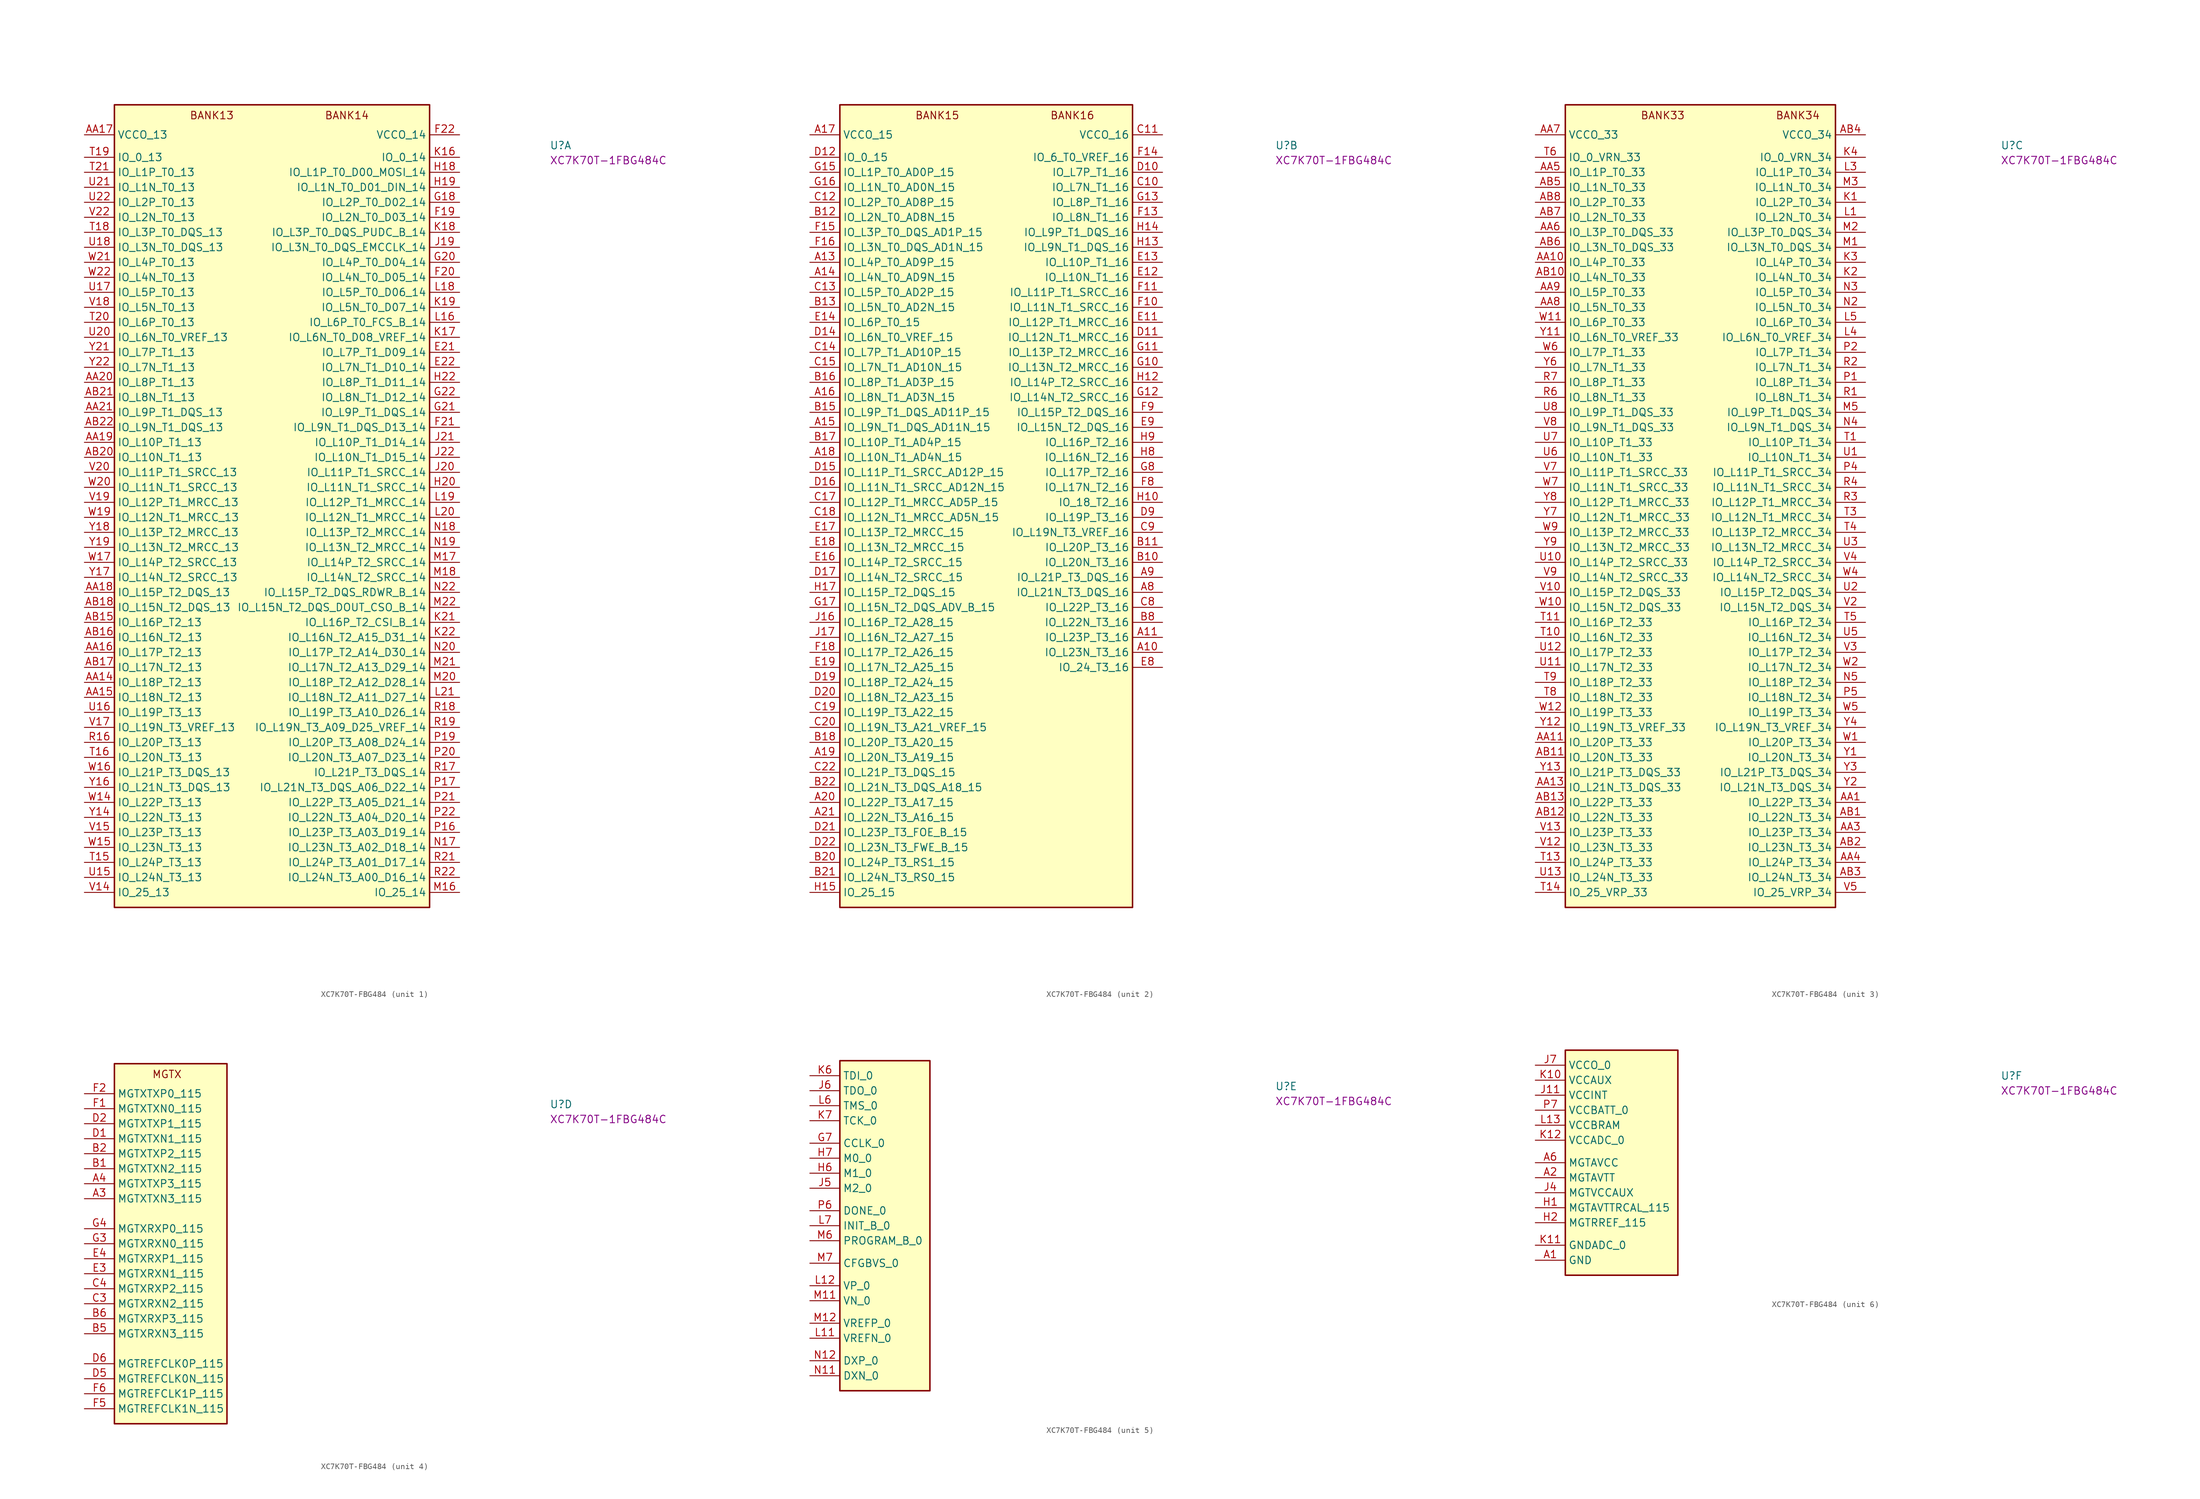
<source format=kicad_sym>
(kicad_symbol_lib
  (version 20220914)
  (generator kicad_symbol_editor)
  (symbol "XC7K70T-FBG484"
    (property "Reference" "U"
      (at 78.74 -2.54 0)
      (effects (font (size 1.27 1.27) (thickness 0.15)) (justify left bottom)))
    (property "MPN" "XC7K70T-1FBG484C"
      (at 78.74 -5.08 0)
      (effects (font (size 1.27 1.27) (thickness 0.15)) (justify left bottom)))
    (property "ki_locked" ""
      (at 0 0 0)
      (effects (font (size 1.27 1.27))))
    (symbol "XC7K70T-FBG484_1_1"
      (rectangle (start 5.08 5.08) (end 58.42 -130.81) (stroke (width 0.254) (type default)) (fill (type background)))
      (text "BANK13" (at 17.78 2.54 0) (effects (font (size 1.27 1.27) (thickness 0.15)) (justify left bottom)))
      (text "BANK14" (at 40.64 2.54 0) (effects (font (size 1.27 1.27) (thickness 0.15)) (justify left bottom)))
      (pin bidirectional line (at 0 -92.71 0) (length 5.08) (name "IO_L18P_T2_13" (effects (font (size 1.27 1.27)))) (number "AA14" (effects (font (size 1.27 1.27)))))
      (pin bidirectional line (at 0 -95.25 0) (length 5.08) (name "IO_L18N_T2_13" (effects (font (size 1.27 1.27)))) (number "AA15" (effects (font (size 1.27 1.27)))))
      (pin bidirectional line (at 0 -87.63 0) (length 5.08) (name "IO_L17P_T2_13" (effects (font (size 1.27 1.27)))) (number "AA16" (effects (font (size 1.27 1.27)))))
      (pin power_in line (at 0 0 0) (length 5.08) (name "VCCO_13" (effects (font (size 1.27 1.27)))) (number "AA17" (effects (font (size 1.27 1.27)))))
      (pin bidirectional line (at 0 -77.47 0) (length 5.08) (name "IO_L15P_T2_DQS_13" (effects (font (size 1.27 1.27)))) (number "AA18" (effects (font (size 1.27 1.27)))))
      (pin bidirectional line (at 0 -52.07 0) (length 5.08) (name "IO_L10P_T1_13" (effects (font (size 1.27 1.27)))) (number "AA19" (effects (font (size 1.27 1.27)))))
      (pin bidirectional line (at 0 -41.91 0) (length 5.08) (name "IO_L8P_T1_13" (effects (font (size 1.27 1.27)))) (number "AA20" (effects (font (size 1.27 1.27)))))
      (pin bidirectional line (at 0 -46.99 0) (length 5.08) (name "IO_L9P_T1_DQS_13" (effects (font (size 1.27 1.27)))) (number "AA21" (effects (font (size 1.27 1.27)))))
      (pin passive line (at 0 0 0) (length 5.08) hide (name "VCCO_13" (effects (font (size 1.27 1.27)))) (number "AB14" (effects (font (size 1.27 1.27)))))
      (pin bidirectional line (at 0 -82.55 0) (length 5.08) (name "IO_L16P_T2_13" (effects (font (size 1.27 1.27)))) (number "AB15" (effects (font (size 1.27 1.27)))))
      (pin bidirectional line (at 0 -85.09 0) (length 5.08) (name "IO_L16N_T2_13" (effects (font (size 1.27 1.27)))) (number "AB16" (effects (font (size 1.27 1.27)))))
      (pin bidirectional line (at 0 -90.17 0) (length 5.08) (name "IO_L17N_T2_13" (effects (font (size 1.27 1.27)))) (number "AB17" (effects (font (size 1.27 1.27)))))
      (pin bidirectional line (at 0 -80.01 0) (length 5.08) (name "IO_L15N_T2_DQS_13" (effects (font (size 1.27 1.27)))) (number "AB18" (effects (font (size 1.27 1.27)))))
      (pin bidirectional line (at 0 -54.61 0) (length 5.08) (name "IO_L10N_T1_13" (effects (font (size 1.27 1.27)))) (number "AB20" (effects (font (size 1.27 1.27)))))
      (pin bidirectional line (at 0 -44.45 0) (length 5.08) (name "IO_L8N_T1_13" (effects (font (size 1.27 1.27)))) (number "AB21" (effects (font (size 1.27 1.27)))))
      (pin bidirectional line (at 0 -49.53 0) (length 5.08) (name "IO_L9N_T1_DQS_13" (effects (font (size 1.27 1.27)))) (number "AB22" (effects (font (size 1.27 1.27)))))
      (pin bidirectional line (at 63.5 -36.83 180) (length 5.08) (name "IO_L7P_T1_D09_14" (effects (font (size 1.27 1.27)))) (number "E21" (effects (font (size 1.27 1.27)))))
      (pin bidirectional line (at 63.5 -39.37 180) (length 5.08) (name "IO_L7N_T1_D10_14" (effects (font (size 1.27 1.27)))) (number "E22" (effects (font (size 1.27 1.27)))))
      (pin bidirectional line (at 63.5 -13.97 180) (length 5.08) (name "IO_L2N_T0_D03_14" (effects (font (size 1.27 1.27)))) (number "F19" (effects (font (size 1.27 1.27)))))
      (pin bidirectional line (at 63.5 -24.13 180) (length 5.08) (name "IO_L4N_T0_D05_14" (effects (font (size 1.27 1.27)))) (number "F20" (effects (font (size 1.27 1.27)))))
      (pin bidirectional line (at 63.5 -49.53 180) (length 5.08) (name "IO_L9N_T1_DQS_D13_14" (effects (font (size 1.27 1.27)))) (number "F21" (effects (font (size 1.27 1.27)))))
      (pin power_in line (at 63.5 0 180) (length 5.08) (name "VCCO_14" (effects (font (size 1.27 1.27)))) (number "F22" (effects (font (size 1.27 1.27)))))
      (pin bidirectional line (at 63.5 -11.43 180) (length 5.08) (name "IO_L2P_T0_D02_14" (effects (font (size 1.27 1.27)))) (number "G18" (effects (font (size 1.27 1.27)))))
      (pin passive line (at 63.5 0 180) (length 5.08) hide (name "VCCO_14" (effects (font (size 1.27 1.27)))) (number "G19" (effects (font (size 1.27 1.27)))))
      (pin bidirectional line (at 63.5 -21.59 180) (length 5.08) (name "IO_L4P_T0_D04_14" (effects (font (size 1.27 1.27)))) (number "G20" (effects (font (size 1.27 1.27)))))
      (pin bidirectional line (at 63.5 -46.99 180) (length 5.08) (name "IO_L9P_T1_DQS_14" (effects (font (size 1.27 1.27)))) (number "G21" (effects (font (size 1.27 1.27)))))
      (pin bidirectional line (at 63.5 -44.45 180) (length 5.08) (name "IO_L8N_T1_D12_14" (effects (font (size 1.27 1.27)))) (number "G22" (effects (font (size 1.27 1.27)))))
      (pin bidirectional line (at 63.5 -6.35 180) (length 5.08) (name "IO_L1P_T0_D00_MOSI_14" (effects (font (size 1.27 1.27)))) (number "H18" (effects (font (size 1.27 1.27)))))
      (pin bidirectional line (at 63.5 -8.89 180) (length 5.08) (name "IO_L1N_T0_D01_DIN_14" (effects (font (size 1.27 1.27)))) (number "H19" (effects (font (size 1.27 1.27)))))
      (pin bidirectional line (at 63.5 -59.69 180) (length 5.08) (name "IO_L11N_T1_SRCC_14" (effects (font (size 1.27 1.27)))) (number "H20" (effects (font (size 1.27 1.27)))))
      (pin bidirectional line (at 63.5 -41.91 180) (length 5.08) (name "IO_L8P_T1_D11_14" (effects (font (size 1.27 1.27)))) (number "H22" (effects (font (size 1.27 1.27)))))
      (pin bidirectional line (at 63.5 -19.05 180) (length 5.08) (name "IO_L3N_T0_DQS_EMCCLK_14" (effects (font (size 1.27 1.27)))) (number "J19" (effects (font (size 1.27 1.27)))))
      (pin bidirectional line (at 63.5 -57.15 180) (length 5.08) (name "IO_L11P_T1_SRCC_14" (effects (font (size 1.27 1.27)))) (number "J20" (effects (font (size 1.27 1.27)))))
      (pin bidirectional line (at 63.5 -52.07 180) (length 5.08) (name "IO_L10P_T1_D14_14" (effects (font (size 1.27 1.27)))) (number "J21" (effects (font (size 1.27 1.27)))))
      (pin bidirectional line (at 63.5 -54.61 180) (length 5.08) (name "IO_L10N_T1_D15_14" (effects (font (size 1.27 1.27)))) (number "J22" (effects (font (size 1.27 1.27)))))
      (pin bidirectional line (at 63.5 -3.81 180) (length 5.08) (name "IO_0_14" (effects (font (size 1.27 1.27)))) (number "K16" (effects (font (size 1.27 1.27)))))
      (pin bidirectional line (at 63.5 -34.29 180) (length 5.08) (name "IO_L6N_T0_D08_VREF_14" (effects (font (size 1.27 1.27)))) (number "K17" (effects (font (size 1.27 1.27)))))
      (pin bidirectional line (at 63.5 -16.51 180) (length 5.08) (name "IO_L3P_T0_DQS_PUDC_B_14" (effects (font (size 1.27 1.27)))) (number "K18" (effects (font (size 1.27 1.27)))))
      (pin bidirectional line (at 63.5 -29.21 180) (length 5.08) (name "IO_L5N_T0_D07_14" (effects (font (size 1.27 1.27)))) (number "K19" (effects (font (size 1.27 1.27)))))
      (pin passive line (at 63.5 0 180) (length 5.08) hide (name "VCCO_14" (effects (font (size 1.27 1.27)))) (number "K20" (effects (font (size 1.27 1.27)))))
      (pin bidirectional line (at 63.5 -82.55 180) (length 5.08) (name "IO_L16P_T2_CSI_B_14" (effects (font (size 1.27 1.27)))) (number "K21" (effects (font (size 1.27 1.27)))))
      (pin bidirectional line (at 63.5 -85.09 180) (length 5.08) (name "IO_L16N_T2_A15_D31_14" (effects (font (size 1.27 1.27)))) (number "K22" (effects (font (size 1.27 1.27)))))
      (pin bidirectional line (at 63.5 -31.75 180) (length 5.08) (name "IO_L6P_T0_FCS_B_14" (effects (font (size 1.27 1.27)))) (number "L16" (effects (font (size 1.27 1.27)))))
      (pin passive line (at 63.5 0 180) (length 5.08) hide (name "VCCO_14" (effects (font (size 1.27 1.27)))) (number "L17" (effects (font (size 1.27 1.27)))))
      (pin bidirectional line (at 63.5 -26.67 180) (length 5.08) (name "IO_L5P_T0_D06_14" (effects (font (size 1.27 1.27)))) (number "L18" (effects (font (size 1.27 1.27)))))
      (pin bidirectional line (at 63.5 -62.23 180) (length 5.08) (name "IO_L12P_T1_MRCC_14" (effects (font (size 1.27 1.27)))) (number "L19" (effects (font (size 1.27 1.27)))))
      (pin bidirectional line (at 63.5 -64.77 180) (length 5.08) (name "IO_L12N_T1_MRCC_14" (effects (font (size 1.27 1.27)))) (number "L20" (effects (font (size 1.27 1.27)))))
      (pin bidirectional line (at 63.5 -95.25 180) (length 5.08) (name "IO_L18N_T2_A11_D27_14" (effects (font (size 1.27 1.27)))) (number "L21" (effects (font (size 1.27 1.27)))))
      (pin bidirectional line (at 63.5 -128.27 180) (length 5.08) (name "IO_25_14" (effects (font (size 1.27 1.27)))) (number "M16" (effects (font (size 1.27 1.27)))))
      (pin bidirectional line (at 63.5 -72.39 180) (length 5.08) (name "IO_L14P_T2_SRCC_14" (effects (font (size 1.27 1.27)))) (number "M17" (effects (font (size 1.27 1.27)))))
      (pin bidirectional line (at 63.5 -74.93 180) (length 5.08) (name "IO_L14N_T2_SRCC_14" (effects (font (size 1.27 1.27)))) (number "M18" (effects (font (size 1.27 1.27)))))
      (pin bidirectional line (at 63.5 -92.71 180) (length 5.08) (name "IO_L18P_T2_A12_D28_14" (effects (font (size 1.27 1.27)))) (number "M20" (effects (font (size 1.27 1.27)))))
      (pin bidirectional line (at 63.5 -90.17 180) (length 5.08) (name "IO_L17N_T2_A13_D29_14" (effects (font (size 1.27 1.27)))) (number "M21" (effects (font (size 1.27 1.27)))))
      (pin bidirectional line (at 63.5 -80.01 180) (length 5.08) (name "IO_L15N_T2_DQS_DOUT_CSO_B_14" (effects (font (size 1.27 1.27)))) (number "M22" (effects (font (size 1.27 1.27)))))
      (pin bidirectional line (at 63.5 -120.65 180) (length 5.08) (name "IO_L23N_T3_A02_D18_14" (effects (font (size 1.27 1.27)))) (number "N17" (effects (font (size 1.27 1.27)))))
      (pin bidirectional line (at 63.5 -67.31 180) (length 5.08) (name "IO_L13P_T2_MRCC_14" (effects (font (size 1.27 1.27)))) (number "N18" (effects (font (size 1.27 1.27)))))
      (pin bidirectional line (at 63.5 -69.85 180) (length 5.08) (name "IO_L13N_T2_MRCC_14" (effects (font (size 1.27 1.27)))) (number "N19" (effects (font (size 1.27 1.27)))))
      (pin bidirectional line (at 63.5 -87.63 180) (length 5.08) (name "IO_L17P_T2_A14_D30_14" (effects (font (size 1.27 1.27)))) (number "N20" (effects (font (size 1.27 1.27)))))
      (pin passive line (at 63.5 0 180) (length 5.08) hide (name "VCCO_14" (effects (font (size 1.27 1.27)))) (number "N21" (effects (font (size 1.27 1.27)))))
      (pin bidirectional line (at 63.5 -77.47 180) (length 5.08) (name "IO_L15P_T2_DQS_RDWR_B_14" (effects (font (size 1.27 1.27)))) (number "N22" (effects (font (size 1.27 1.27)))))
      (pin bidirectional line (at 63.5 -118.11 180) (length 5.08) (name "IO_L23P_T3_A03_D19_14" (effects (font (size 1.27 1.27)))) (number "P16" (effects (font (size 1.27 1.27)))))
      (pin bidirectional line (at 63.5 -110.49 180) (length 5.08) (name "IO_L21N_T3_DQS_A06_D22_14" (effects (font (size 1.27 1.27)))) (number "P17" (effects (font (size 1.27 1.27)))))
      (pin passive line (at 63.5 0 180) (length 5.08) hide (name "VCCO_14" (effects (font (size 1.27 1.27)))) (number "P18" (effects (font (size 1.27 1.27)))))
      (pin bidirectional line (at 63.5 -102.87 180) (length 5.08) (name "IO_L20P_T3_A08_D24_14" (effects (font (size 1.27 1.27)))) (number "P19" (effects (font (size 1.27 1.27)))))
      (pin bidirectional line (at 63.5 -105.41 180) (length 5.08) (name "IO_L20N_T3_A07_D23_14" (effects (font (size 1.27 1.27)))) (number "P20" (effects (font (size 1.27 1.27)))))
      (pin bidirectional line (at 63.5 -113.03 180) (length 5.08) (name "IO_L22P_T3_A05_D21_14" (effects (font (size 1.27 1.27)))) (number "P21" (effects (font (size 1.27 1.27)))))
      (pin bidirectional line (at 63.5 -115.57 180) (length 5.08) (name "IO_L22N_T3_A04_D20_14" (effects (font (size 1.27 1.27)))) (number "P22" (effects (font (size 1.27 1.27)))))
      (pin bidirectional line (at 0 -102.87 0) (length 5.08) (name "IO_L20P_T3_13" (effects (font (size 1.27 1.27)))) (number "R16" (effects (font (size 1.27 1.27)))))
      (pin bidirectional line (at 63.5 -107.95 180) (length 5.08) (name "IO_L21P_T3_DQS_14" (effects (font (size 1.27 1.27)))) (number "R17" (effects (font (size 1.27 1.27)))))
      (pin bidirectional line (at 63.5 -97.79 180) (length 5.08) (name "IO_L19P_T3_A10_D26_14" (effects (font (size 1.27 1.27)))) (number "R18" (effects (font (size 1.27 1.27)))))
      (pin bidirectional line (at 63.5 -100.33 180) (length 5.08) (name "IO_L19N_T3_A09_D25_VREF_14" (effects (font (size 1.27 1.27)))) (number "R19" (effects (font (size 1.27 1.27)))))
      (pin bidirectional line (at 63.5 -123.19 180) (length 5.08) (name "IO_L24P_T3_A01_D17_14" (effects (font (size 1.27 1.27)))) (number "R21" (effects (font (size 1.27 1.27)))))
      (pin bidirectional line (at 63.5 -125.73 180) (length 5.08) (name "IO_L24N_T3_A00_D16_14" (effects (font (size 1.27 1.27)))) (number "R22" (effects (font (size 1.27 1.27)))))
      (pin bidirectional line (at 0 -123.19 0) (length 5.08) (name "IO_L24P_T3_13" (effects (font (size 1.27 1.27)))) (number "T15" (effects (font (size 1.27 1.27)))))
      (pin bidirectional line (at 0 -105.41 0) (length 5.08) (name "IO_L20N_T3_13" (effects (font (size 1.27 1.27)))) (number "T16" (effects (font (size 1.27 1.27)))))
      (pin bidirectional line (at 0 -16.51 0) (length 5.08) (name "IO_L3P_T0_DQS_13" (effects (font (size 1.27 1.27)))) (number "T18" (effects (font (size 1.27 1.27)))))
      (pin bidirectional line (at 0 -3.81 0) (length 5.08) (name "IO_0_13" (effects (font (size 1.27 1.27)))) (number "T19" (effects (font (size 1.27 1.27)))))
      (pin bidirectional line (at 0 -31.75 0) (length 5.08) (name "IO_L6P_T0_13" (effects (font (size 1.27 1.27)))) (number "T20" (effects (font (size 1.27 1.27)))))
      (pin bidirectional line (at 0 -6.35 0) (length 5.08) (name "IO_L1P_T0_13" (effects (font (size 1.27 1.27)))) (number "T21" (effects (font (size 1.27 1.27)))))
      (pin passive line (at 0 0 0) (length 5.08) hide (name "VCCO_13" (effects (font (size 1.27 1.27)))) (number "T22" (effects (font (size 1.27 1.27)))))
      (pin bidirectional line (at 0 -125.73 0) (length 5.08) (name "IO_L24N_T3_13" (effects (font (size 1.27 1.27)))) (number "U15" (effects (font (size 1.27 1.27)))))
      (pin bidirectional line (at 0 -97.79 0) (length 5.08) (name "IO_L19P_T3_13" (effects (font (size 1.27 1.27)))) (number "U16" (effects (font (size 1.27 1.27)))))
      (pin bidirectional line (at 0 -26.67 0) (length 5.08) (name "IO_L5P_T0_13" (effects (font (size 1.27 1.27)))) (number "U17" (effects (font (size 1.27 1.27)))))
      (pin bidirectional line (at 0 -19.05 0) (length 5.08) (name "IO_L3N_T0_DQS_13" (effects (font (size 1.27 1.27)))) (number "U18" (effects (font (size 1.27 1.27)))))
      (pin passive line (at 0 0 0) (length 5.08) hide (name "VCCO_13" (effects (font (size 1.27 1.27)))) (number "U19" (effects (font (size 1.27 1.27)))))
      (pin bidirectional line (at 0 -34.29 0) (length 5.08) (name "IO_L6N_T0_VREF_13" (effects (font (size 1.27 1.27)))) (number "U20" (effects (font (size 1.27 1.27)))))
      (pin bidirectional line (at 0 -8.89 0) (length 5.08) (name "IO_L1N_T0_13" (effects (font (size 1.27 1.27)))) (number "U21" (effects (font (size 1.27 1.27)))))
      (pin bidirectional line (at 0 -11.43 0) (length 5.08) (name "IO_L2P_T0_13" (effects (font (size 1.27 1.27)))) (number "U22" (effects (font (size 1.27 1.27)))))
      (pin bidirectional line (at 0 -128.27 0) (length 5.08) (name "IO_25_13" (effects (font (size 1.27 1.27)))) (number "V14" (effects (font (size 1.27 1.27)))))
      (pin bidirectional line (at 0 -118.11 0) (length 5.08) (name "IO_L23P_T3_13" (effects (font (size 1.27 1.27)))) (number "V15" (effects (font (size 1.27 1.27)))))
      (pin passive line (at 0 0 0) (length 5.08) hide (name "VCCO_13" (effects (font (size 1.27 1.27)))) (number "V16" (effects (font (size 1.27 1.27)))))
      (pin bidirectional line (at 0 -100.33 0) (length 5.08) (name "IO_L19N_T3_VREF_13" (effects (font (size 1.27 1.27)))) (number "V17" (effects (font (size 1.27 1.27)))))
      (pin bidirectional line (at 0 -29.21 0) (length 5.08) (name "IO_L5N_T0_13" (effects (font (size 1.27 1.27)))) (number "V18" (effects (font (size 1.27 1.27)))))
      (pin bidirectional line (at 0 -62.23 0) (length 5.08) (name "IO_L12P_T1_MRCC_13" (effects (font (size 1.27 1.27)))) (number "V19" (effects (font (size 1.27 1.27)))))
      (pin bidirectional line (at 0 -57.15 0) (length 5.08) (name "IO_L11P_T1_SRCC_13" (effects (font (size 1.27 1.27)))) (number "V20" (effects (font (size 1.27 1.27)))))
      (pin bidirectional line (at 0 -13.97 0) (length 5.08) (name "IO_L2N_T0_13" (effects (font (size 1.27 1.27)))) (number "V22" (effects (font (size 1.27 1.27)))))
      (pin bidirectional line (at 0 -113.03 0) (length 5.08) (name "IO_L22P_T3_13" (effects (font (size 1.27 1.27)))) (number "W14" (effects (font (size 1.27 1.27)))))
      (pin bidirectional line (at 0 -120.65 0) (length 5.08) (name "IO_L23N_T3_13" (effects (font (size 1.27 1.27)))) (number "W15" (effects (font (size 1.27 1.27)))))
      (pin bidirectional line (at 0 -107.95 0) (length 5.08) (name "IO_L21P_T3_DQS_13" (effects (font (size 1.27 1.27)))) (number "W16" (effects (font (size 1.27 1.27)))))
      (pin bidirectional line (at 0 -72.39 0) (length 5.08) (name "IO_L14P_T2_SRCC_13" (effects (font (size 1.27 1.27)))) (number "W17" (effects (font (size 1.27 1.27)))))
      (pin bidirectional line (at 0 -64.77 0) (length 5.08) (name "IO_L12N_T1_MRCC_13" (effects (font (size 1.27 1.27)))) (number "W19" (effects (font (size 1.27 1.27)))))
      (pin bidirectional line (at 0 -59.69 0) (length 5.08) (name "IO_L11N_T1_SRCC_13" (effects (font (size 1.27 1.27)))) (number "W20" (effects (font (size 1.27 1.27)))))
      (pin bidirectional line (at 0 -21.59 0) (length 5.08) (name "IO_L4P_T0_13" (effects (font (size 1.27 1.27)))) (number "W21" (effects (font (size 1.27 1.27)))))
      (pin bidirectional line (at 0 -24.13 0) (length 5.08) (name "IO_L4N_T0_13" (effects (font (size 1.27 1.27)))) (number "W22" (effects (font (size 1.27 1.27)))))
      (pin bidirectional line (at 0 -115.57 0) (length 5.08) (name "IO_L22N_T3_13" (effects (font (size 1.27 1.27)))) (number "Y14" (effects (font (size 1.27 1.27)))))
      (pin bidirectional line (at 0 -110.49 0) (length 5.08) (name "IO_L21N_T3_DQS_13" (effects (font (size 1.27 1.27)))) (number "Y16" (effects (font (size 1.27 1.27)))))
      (pin bidirectional line (at 0 -74.93 0) (length 5.08) (name "IO_L14N_T2_SRCC_13" (effects (font (size 1.27 1.27)))) (number "Y17" (effects (font (size 1.27 1.27)))))
      (pin bidirectional line (at 0 -67.31 0) (length 5.08) (name "IO_L13P_T2_MRCC_13" (effects (font (size 1.27 1.27)))) (number "Y18" (effects (font (size 1.27 1.27)))))
      (pin bidirectional line (at 0 -69.85 0) (length 5.08) (name "IO_L13N_T2_MRCC_13" (effects (font (size 1.27 1.27)))) (number "Y19" (effects (font (size 1.27 1.27)))))
      (pin passive line (at 0 0 0) (length 5.08) hide (name "VCCO_13" (effects (font (size 1.27 1.27)))) (number "Y20" (effects (font (size 1.27 1.27)))))
      (pin bidirectional line (at 0 -36.83 0) (length 5.08) (name "IO_L7P_T1_13" (effects (font (size 1.27 1.27)))) (number "Y21" (effects (font (size 1.27 1.27)))))
      (pin bidirectional line (at 0 -39.37 0) (length 5.08) (name "IO_L7N_T1_13" (effects (font (size 1.27 1.27)))) (number "Y22" (effects (font (size 1.27 1.27))))))
    (symbol "XC7K70T-FBG484_2_1"
      (rectangle (start 5.08 5.08) (end 54.61 -130.81) (stroke (width 0.254) (type default)) (fill (type background)))
      (text "BANK15" (at 17.78 2.54 0) (effects (font (size 1.27 1.27) (thickness 0.15)) (justify left bottom)))
      (text "BANK16" (at 40.64 2.54 0) (effects (font (size 1.27 1.27) (thickness 0.15)) (justify left bottom)))
      (pin bidirectional line (at 59.69 -87.63 180) (length 5.08) (name "IO_L23N_T3_16" (effects (font (size 1.27 1.27)))) (number "A10" (effects (font (size 1.27 1.27)))))
      (pin bidirectional line (at 59.69 -85.09 180) (length 5.08) (name "IO_L23P_T3_16" (effects (font (size 1.27 1.27)))) (number "A11" (effects (font (size 1.27 1.27)))))
      (pin bidirectional line (at 0 -21.59 0) (length 5.08) (name "IO_L4P_T0_AD9P_15" (effects (font (size 1.27 1.27)))) (number "A13" (effects (font (size 1.27 1.27)))))
      (pin bidirectional line (at 0 -24.13 0) (length 5.08) (name "IO_L4N_T0_AD9N_15" (effects (font (size 1.27 1.27)))) (number "A14" (effects (font (size 1.27 1.27)))))
      (pin bidirectional line (at 0 -49.53 0) (length 5.08) (name "IO_L9N_T1_DQS_AD11N_15" (effects (font (size 1.27 1.27)))) (number "A15" (effects (font (size 1.27 1.27)))))
      (pin bidirectional line (at 0 -44.45 0) (length 5.08) (name "IO_L8N_T1_AD3N_15" (effects (font (size 1.27 1.27)))) (number "A16" (effects (font (size 1.27 1.27)))))
      (pin power_in line (at 0 0 0) (length 5.08) (name "VCCO_15" (effects (font (size 1.27 1.27)))) (number "A17" (effects (font (size 1.27 1.27)))))
      (pin bidirectional line (at 0 -54.61 0) (length 5.08) (name "IO_L10N_T1_AD4N_15" (effects (font (size 1.27 1.27)))) (number "A18" (effects (font (size 1.27 1.27)))))
      (pin bidirectional line (at 0 -105.41 0) (length 5.08) (name "IO_L20N_T3_A19_15" (effects (font (size 1.27 1.27)))) (number "A19" (effects (font (size 1.27 1.27)))))
      (pin bidirectional line (at 0 -113.03 0) (length 5.08) (name "IO_L22P_T3_A17_15" (effects (font (size 1.27 1.27)))) (number "A20" (effects (font (size 1.27 1.27)))))
      (pin bidirectional line (at 0 -115.57 0) (length 5.08) (name "IO_L22N_T3_A16_15" (effects (font (size 1.27 1.27)))) (number "A21" (effects (font (size 1.27 1.27)))))
      (pin bidirectional line (at 59.69 -77.47 180) (length 5.08) (name "IO_L21N_T3_DQS_16" (effects (font (size 1.27 1.27)))) (number "A8" (effects (font (size 1.27 1.27)))))
      (pin bidirectional line (at 59.69 -74.93 180) (length 5.08) (name "IO_L21P_T3_DQS_16" (effects (font (size 1.27 1.27)))) (number "A9" (effects (font (size 1.27 1.27)))))
      (pin bidirectional line (at 59.69 -72.39 180) (length 5.08) (name "IO_L20N_T3_16" (effects (font (size 1.27 1.27)))) (number "B10" (effects (font (size 1.27 1.27)))))
      (pin bidirectional line (at 59.69 -69.85 180) (length 5.08) (name "IO_L20P_T3_16" (effects (font (size 1.27 1.27)))) (number "B11" (effects (font (size 1.27 1.27)))))
      (pin bidirectional line (at 0 -13.97 0) (length 5.08) (name "IO_L2N_T0_AD8N_15" (effects (font (size 1.27 1.27)))) (number "B12" (effects (font (size 1.27 1.27)))))
      (pin bidirectional line (at 0 -29.21 0) (length 5.08) (name "IO_L5N_T0_AD2N_15" (effects (font (size 1.27 1.27)))) (number "B13" (effects (font (size 1.27 1.27)))))
      (pin passive line (at 0 0 0) (length 5.08) hide (name "VCCO_15" (effects (font (size 1.27 1.27)))) (number "B14" (effects (font (size 1.27 1.27)))))
      (pin bidirectional line (at 0 -46.99 0) (length 5.08) (name "IO_L9P_T1_DQS_AD11P_15" (effects (font (size 1.27 1.27)))) (number "B15" (effects (font (size 1.27 1.27)))))
      (pin bidirectional line (at 0 -41.91 0) (length 5.08) (name "IO_L8P_T1_AD3P_15" (effects (font (size 1.27 1.27)))) (number "B16" (effects (font (size 1.27 1.27)))))
      (pin bidirectional line (at 0 -52.07 0) (length 5.08) (name "IO_L10P_T1_AD4P_15" (effects (font (size 1.27 1.27)))) (number "B17" (effects (font (size 1.27 1.27)))))
      (pin bidirectional line (at 0 -102.87 0) (length 5.08) (name "IO_L20P_T3_A20_15" (effects (font (size 1.27 1.27)))) (number "B18" (effects (font (size 1.27 1.27)))))
      (pin bidirectional line (at 0 -123.19 0) (length 5.08) (name "IO_L24P_T3_RS1_15" (effects (font (size 1.27 1.27)))) (number "B20" (effects (font (size 1.27 1.27)))))
      (pin bidirectional line (at 0 -125.73 0) (length 5.08) (name "IO_L24N_T3_RS0_15" (effects (font (size 1.27 1.27)))) (number "B21" (effects (font (size 1.27 1.27)))))
      (pin bidirectional line (at 0 -110.49 0) (length 5.08) (name "IO_L21N_T3_DQS_A18_15" (effects (font (size 1.27 1.27)))) (number "B22" (effects (font (size 1.27 1.27)))))
      (pin bidirectional line (at 59.69 -82.55 180) (length 5.08) (name "IO_L22N_T3_16" (effects (font (size 1.27 1.27)))) (number "B8" (effects (font (size 1.27 1.27)))))
      (pin bidirectional line (at 59.69 -8.89 180) (length 5.08) (name "IO_L7N_T1_16" (effects (font (size 1.27 1.27)))) (number "C10" (effects (font (size 1.27 1.27)))))
      (pin power_in line (at 59.69 0 180) (length 5.08) (name "VCCO_16" (effects (font (size 1.27 1.27)))) (number "C11" (effects (font (size 1.27 1.27)))))
      (pin bidirectional line (at 0 -11.43 0) (length 5.08) (name "IO_L2P_T0_AD8P_15" (effects (font (size 1.27 1.27)))) (number "C12" (effects (font (size 1.27 1.27)))))
      (pin bidirectional line (at 0 -26.67 0) (length 5.08) (name "IO_L5P_T0_AD2P_15" (effects (font (size 1.27 1.27)))) (number "C13" (effects (font (size 1.27 1.27)))))
      (pin bidirectional line (at 0 -36.83 0) (length 5.08) (name "IO_L7P_T1_AD10P_15" (effects (font (size 1.27 1.27)))) (number "C14" (effects (font (size 1.27 1.27)))))
      (pin bidirectional line (at 0 -39.37 0) (length 5.08) (name "IO_L7N_T1_AD10N_15" (effects (font (size 1.27 1.27)))) (number "C15" (effects (font (size 1.27 1.27)))))
      (pin bidirectional line (at 0 -62.23 0) (length 5.08) (name "IO_L12P_T1_MRCC_AD5P_15" (effects (font (size 1.27 1.27)))) (number "C17" (effects (font (size 1.27 1.27)))))
      (pin bidirectional line (at 0 -64.77 0) (length 5.08) (name "IO_L12N_T1_MRCC_AD5N_15" (effects (font (size 1.27 1.27)))) (number "C18" (effects (font (size 1.27 1.27)))))
      (pin bidirectional line (at 0 -97.79 0) (length 5.08) (name "IO_L19P_T3_A22_15" (effects (font (size 1.27 1.27)))) (number "C19" (effects (font (size 1.27 1.27)))))
      (pin bidirectional line (at 0 -100.33 0) (length 5.08) (name "IO_L19N_T3_A21_VREF_15" (effects (font (size 1.27 1.27)))) (number "C20" (effects (font (size 1.27 1.27)))))
      (pin passive line (at 0 0 0) (length 5.08) hide (name "VCCO_15" (effects (font (size 1.27 1.27)))) (number "C21" (effects (font (size 1.27 1.27)))))
      (pin bidirectional line (at 0 -107.95 0) (length 5.08) (name "IO_L21P_T3_DQS_15" (effects (font (size 1.27 1.27)))) (number "C22" (effects (font (size 1.27 1.27)))))
      (pin bidirectional line (at 59.69 -80.01 180) (length 5.08) (name "IO_L22P_T3_16" (effects (font (size 1.27 1.27)))) (number "C8" (effects (font (size 1.27 1.27)))))
      (pin bidirectional line (at 59.69 -67.31 180) (length 5.08) (name "IO_L19N_T3_VREF_16" (effects (font (size 1.27 1.27)))) (number "C9" (effects (font (size 1.27 1.27)))))
      (pin bidirectional line (at 59.69 -6.35 180) (length 5.08) (name "IO_L7P_T1_16" (effects (font (size 1.27 1.27)))) (number "D10" (effects (font (size 1.27 1.27)))))
      (pin bidirectional line (at 59.69 -34.29 180) (length 5.08) (name "IO_L12N_T1_MRCC_16" (effects (font (size 1.27 1.27)))) (number "D11" (effects (font (size 1.27 1.27)))))
      (pin bidirectional line (at 0 -3.81 0) (length 5.08) (name "IO_0_15" (effects (font (size 1.27 1.27)))) (number "D12" (effects (font (size 1.27 1.27)))))
      (pin bidirectional line (at 0 -34.29 0) (length 5.08) (name "IO_L6N_T0_VREF_15" (effects (font (size 1.27 1.27)))) (number "D14" (effects (font (size 1.27 1.27)))))
      (pin bidirectional line (at 0 -57.15 0) (length 5.08) (name "IO_L11P_T1_SRCC_AD12P_15" (effects (font (size 1.27 1.27)))) (number "D15" (effects (font (size 1.27 1.27)))))
      (pin bidirectional line (at 0 -59.69 0) (length 5.08) (name "IO_L11N_T1_SRCC_AD12N_15" (effects (font (size 1.27 1.27)))) (number "D16" (effects (font (size 1.27 1.27)))))
      (pin bidirectional line (at 0 -74.93 0) (length 5.08) (name "IO_L14N_T2_SRCC_15" (effects (font (size 1.27 1.27)))) (number "D17" (effects (font (size 1.27 1.27)))))
      (pin passive line (at 0 0 0) (length 5.08) hide (name "VCCO_15" (effects (font (size 1.27 1.27)))) (number "D18" (effects (font (size 1.27 1.27)))))
      (pin bidirectional line (at 0 -92.71 0) (length 5.08) (name "IO_L18P_T2_A24_15" (effects (font (size 1.27 1.27)))) (number "D19" (effects (font (size 1.27 1.27)))))
      (pin bidirectional line (at 0 -95.25 0) (length 5.08) (name "IO_L18N_T2_A23_15" (effects (font (size 1.27 1.27)))) (number "D20" (effects (font (size 1.27 1.27)))))
      (pin bidirectional line (at 0 -118.11 0) (length 5.08) (name "IO_L23P_T3_FOE_B_15" (effects (font (size 1.27 1.27)))) (number "D21" (effects (font (size 1.27 1.27)))))
      (pin bidirectional line (at 0 -120.65 0) (length 5.08) (name "IO_L23N_T3_FWE_B_15" (effects (font (size 1.27 1.27)))) (number "D22" (effects (font (size 1.27 1.27)))))
      (pin passive line (at 59.69 0 180) (length 5.08) hide (name "VCCO_16" (effects (font (size 1.27 1.27)))) (number "D8" (effects (font (size 1.27 1.27)))))
      (pin bidirectional line (at 59.69 -64.77 180) (length 5.08) (name "IO_L19P_T3_16" (effects (font (size 1.27 1.27)))) (number "D9" (effects (font (size 1.27 1.27)))))
      (pin bidirectional line (at 59.69 -31.75 180) (length 5.08) (name "IO_L12P_T1_MRCC_16" (effects (font (size 1.27 1.27)))) (number "E11" (effects (font (size 1.27 1.27)))))
      (pin bidirectional line (at 59.69 -24.13 180) (length 5.08) (name "IO_L10N_T1_16" (effects (font (size 1.27 1.27)))) (number "E12" (effects (font (size 1.27 1.27)))))
      (pin bidirectional line (at 59.69 -21.59 180) (length 5.08) (name "IO_L10P_T1_16" (effects (font (size 1.27 1.27)))) (number "E13" (effects (font (size 1.27 1.27)))))
      (pin bidirectional line (at 0 -31.75 0) (length 5.08) (name "IO_L6P_T0_15" (effects (font (size 1.27 1.27)))) (number "E14" (effects (font (size 1.27 1.27)))))
      (pin passive line (at 0 0 0) (length 5.08) hide (name "VCCO_15" (effects (font (size 1.27 1.27)))) (number "E15" (effects (font (size 1.27 1.27)))))
      (pin bidirectional line (at 0 -72.39 0) (length 5.08) (name "IO_L14P_T2_SRCC_15" (effects (font (size 1.27 1.27)))) (number "E16" (effects (font (size 1.27 1.27)))))
      (pin bidirectional line (at 0 -67.31 0) (length 5.08) (name "IO_L13P_T2_MRCC_15" (effects (font (size 1.27 1.27)))) (number "E17" (effects (font (size 1.27 1.27)))))
      (pin bidirectional line (at 0 -69.85 0) (length 5.08) (name "IO_L13N_T2_MRCC_15" (effects (font (size 1.27 1.27)))) (number "E18" (effects (font (size 1.27 1.27)))))
      (pin bidirectional line (at 0 -90.17 0) (length 5.08) (name "IO_L17N_T2_A25_15" (effects (font (size 1.27 1.27)))) (number "E19" (effects (font (size 1.27 1.27)))))
      (pin bidirectional line (at 59.69 -90.17 180) (length 5.08) (name "IO_24_T3_16" (effects (font (size 1.27 1.27)))) (number "E8" (effects (font (size 1.27 1.27)))))
      (pin bidirectional line (at 59.69 -49.53 180) (length 5.08) (name "IO_L15N_T2_DQS_16" (effects (font (size 1.27 1.27)))) (number "E9" (effects (font (size 1.27 1.27)))))
      (pin bidirectional line (at 59.69 -29.21 180) (length 5.08) (name "IO_L11N_T1_SRCC_16" (effects (font (size 1.27 1.27)))) (number "F10" (effects (font (size 1.27 1.27)))))
      (pin bidirectional line (at 59.69 -26.67 180) (length 5.08) (name "IO_L11P_T1_SRCC_16" (effects (font (size 1.27 1.27)))) (number "F11" (effects (font (size 1.27 1.27)))))
      (pin passive line (at 59.69 0 180) (length 5.08) hide (name "VCCO_16" (effects (font (size 1.27 1.27)))) (number "F12" (effects (font (size 1.27 1.27)))))
      (pin bidirectional line (at 59.69 -13.97 180) (length 5.08) (name "IO_L8N_T1_16" (effects (font (size 1.27 1.27)))) (number "F13" (effects (font (size 1.27 1.27)))))
      (pin bidirectional line (at 59.69 -3.81 180) (length 5.08) (name "IO_6_T0_VREF_16" (effects (font (size 1.27 1.27)))) (number "F14" (effects (font (size 1.27 1.27)))))
      (pin bidirectional line (at 0 -16.51 0) (length 5.08) (name "IO_L3P_T0_DQS_AD1P_15" (effects (font (size 1.27 1.27)))) (number "F15" (effects (font (size 1.27 1.27)))))
      (pin bidirectional line (at 0 -19.05 0) (length 5.08) (name "IO_L3N_T0_DQS_AD1N_15" (effects (font (size 1.27 1.27)))) (number "F16" (effects (font (size 1.27 1.27)))))
      (pin bidirectional line (at 0 -87.63 0) (length 5.08) (name "IO_L17P_T2_A26_15" (effects (font (size 1.27 1.27)))) (number "F18" (effects (font (size 1.27 1.27)))))
      (pin bidirectional line (at 59.69 -59.69 180) (length 5.08) (name "IO_L17N_T2_16" (effects (font (size 1.27 1.27)))) (number "F8" (effects (font (size 1.27 1.27)))))
      (pin bidirectional line (at 59.69 -46.99 180) (length 5.08) (name "IO_L15P_T2_DQS_16" (effects (font (size 1.27 1.27)))) (number "F9" (effects (font (size 1.27 1.27)))))
      (pin bidirectional line (at 59.69 -39.37 180) (length 5.08) (name "IO_L13N_T2_MRCC_16" (effects (font (size 1.27 1.27)))) (number "G10" (effects (font (size 1.27 1.27)))))
      (pin bidirectional line (at 59.69 -36.83 180) (length 5.08) (name "IO_L13P_T2_MRCC_16" (effects (font (size 1.27 1.27)))) (number "G11" (effects (font (size 1.27 1.27)))))
      (pin bidirectional line (at 59.69 -44.45 180) (length 5.08) (name "IO_L14N_T2_SRCC_16" (effects (font (size 1.27 1.27)))) (number "G12" (effects (font (size 1.27 1.27)))))
      (pin bidirectional line (at 59.69 -11.43 180) (length 5.08) (name "IO_L8P_T1_16" (effects (font (size 1.27 1.27)))) (number "G13" (effects (font (size 1.27 1.27)))))
      (pin bidirectional line (at 0 -6.35 0) (length 5.08) (name "IO_L1P_T0_AD0P_15" (effects (font (size 1.27 1.27)))) (number "G15" (effects (font (size 1.27 1.27)))))
      (pin bidirectional line (at 0 -8.89 0) (length 5.08) (name "IO_L1N_T0_AD0N_15" (effects (font (size 1.27 1.27)))) (number "G16" (effects (font (size 1.27 1.27)))))
      (pin bidirectional line (at 0 -80.01 0) (length 5.08) (name "IO_L15N_T2_DQS_ADV_B_15" (effects (font (size 1.27 1.27)))) (number "G17" (effects (font (size 1.27 1.27)))))
      (pin bidirectional line (at 59.69 -57.15 180) (length 5.08) (name "IO_L17P_T2_16" (effects (font (size 1.27 1.27)))) (number "G8" (effects (font (size 1.27 1.27)))))
      (pin passive line (at 59.69 0 180) (length 5.08) hide (name "VCCO_16" (effects (font (size 1.27 1.27)))) (number "G9" (effects (font (size 1.27 1.27)))))
      (pin bidirectional line (at 59.69 -62.23 180) (length 5.08) (name "IO_18_T2_16" (effects (font (size 1.27 1.27)))) (number "H10" (effects (font (size 1.27 1.27)))))
      (pin bidirectional line (at 59.69 -41.91 180) (length 5.08) (name "IO_L14P_T2_SRCC_16" (effects (font (size 1.27 1.27)))) (number "H12" (effects (font (size 1.27 1.27)))))
      (pin bidirectional line (at 59.69 -19.05 180) (length 5.08) (name "IO_L9N_T1_DQS_16" (effects (font (size 1.27 1.27)))) (number "H13" (effects (font (size 1.27 1.27)))))
      (pin bidirectional line (at 59.69 -16.51 180) (length 5.08) (name "IO_L9P_T1_DQS_16" (effects (font (size 1.27 1.27)))) (number "H14" (effects (font (size 1.27 1.27)))))
      (pin bidirectional line (at 0 -128.27 0) (length 5.08) (name "IO_25_15" (effects (font (size 1.27 1.27)))) (number "H15" (effects (font (size 1.27 1.27)))))
      (pin passive line (at 0 0 0) (length 5.08) hide (name "VCCO_15" (effects (font (size 1.27 1.27)))) (number "H16" (effects (font (size 1.27 1.27)))))
      (pin bidirectional line (at 0 -77.47 0) (length 5.08) (name "IO_L15P_T2_DQS_15" (effects (font (size 1.27 1.27)))) (number "H17" (effects (font (size 1.27 1.27)))))
      (pin bidirectional line (at 59.69 -54.61 180) (length 5.08) (name "IO_L16N_T2_16" (effects (font (size 1.27 1.27)))) (number "H8" (effects (font (size 1.27 1.27)))))
      (pin bidirectional line (at 59.69 -52.07 180) (length 5.08) (name "IO_L16P_T2_16" (effects (font (size 1.27 1.27)))) (number "H9" (effects (font (size 1.27 1.27)))))
      (pin bidirectional line (at 0 -82.55 0) (length 5.08) (name "IO_L16P_T2_A28_15" (effects (font (size 1.27 1.27)))) (number "J16" (effects (font (size 1.27 1.27)))))
      (pin bidirectional line (at 0 -85.09 0) (length 5.08) (name "IO_L16N_T2_A27_15" (effects (font (size 1.27 1.27)))) (number "J17" (effects (font (size 1.27 1.27))))))
    (symbol "XC7K70T-FBG484_3_1"
      (rectangle (start 5.08 5.08) (end 50.8 -130.81) (stroke (width 0.254) (type default)) (fill (type background)))
      (text "BANK33" (at 17.78 2.54 0) (effects (font (size 1.27 1.27) (thickness 0.15)) (justify left bottom)))
      (text "BANK34" (at 40.64 2.54 0) (effects (font (size 1.27 1.27) (thickness 0.15)) (justify left bottom)))
      (pin bidirectional line (at 55.88 -113.03 180) (length 5.08) (name "IO_L22P_T3_34" (effects (font (size 1.27 1.27)))) (number "AA1" (effects (font (size 1.27 1.27)))))
      (pin bidirectional line (at 0 -21.59 0) (length 5.08) (name "IO_L4P_T0_33" (effects (font (size 1.27 1.27)))) (number "AA10" (effects (font (size 1.27 1.27)))))
      (pin bidirectional line (at 0 -102.87 0) (length 5.08) (name "IO_L20P_T3_33" (effects (font (size 1.27 1.27)))) (number "AA11" (effects (font (size 1.27 1.27)))))
      (pin bidirectional line (at 0 -110.49 0) (length 5.08) (name "IO_L21N_T3_DQS_33" (effects (font (size 1.27 1.27)))) (number "AA13" (effects (font (size 1.27 1.27)))))
      (pin bidirectional line (at 55.88 -118.11 180) (length 5.08) (name "IO_L23P_T3_34" (effects (font (size 1.27 1.27)))) (number "AA3" (effects (font (size 1.27 1.27)))))
      (pin bidirectional line (at 55.88 -123.19 180) (length 5.08) (name "IO_L24P_T3_34" (effects (font (size 1.27 1.27)))) (number "AA4" (effects (font (size 1.27 1.27)))))
      (pin bidirectional line (at 0 -6.35 0) (length 5.08) (name "IO_L1P_T0_33" (effects (font (size 1.27 1.27)))) (number "AA5" (effects (font (size 1.27 1.27)))))
      (pin bidirectional line (at 0 -16.51 0) (length 5.08) (name "IO_L3P_T0_DQS_33" (effects (font (size 1.27 1.27)))) (number "AA6" (effects (font (size 1.27 1.27)))))
      (pin power_in line (at 0 0 0) (length 5.08) (name "VCCO_33" (effects (font (size 1.27 1.27)))) (number "AA7" (effects (font (size 1.27 1.27)))))
      (pin bidirectional line (at 0 -29.21 0) (length 5.08) (name "IO_L5N_T0_33" (effects (font (size 1.27 1.27)))) (number "AA8" (effects (font (size 1.27 1.27)))))
      (pin bidirectional line (at 0 -26.67 0) (length 5.08) (name "IO_L5P_T0_33" (effects (font (size 1.27 1.27)))) (number "AA9" (effects (font (size 1.27 1.27)))))
      (pin bidirectional line (at 55.88 -115.57 180) (length 5.08) (name "IO_L22N_T3_34" (effects (font (size 1.27 1.27)))) (number "AB1" (effects (font (size 1.27 1.27)))))
      (pin bidirectional line (at 0 -24.13 0) (length 5.08) (name "IO_L4N_T0_33" (effects (font (size 1.27 1.27)))) (number "AB10" (effects (font (size 1.27 1.27)))))
      (pin bidirectional line (at 0 -105.41 0) (length 5.08) (name "IO_L20N_T3_33" (effects (font (size 1.27 1.27)))) (number "AB11" (effects (font (size 1.27 1.27)))))
      (pin bidirectional line (at 0 -115.57 0) (length 5.08) (name "IO_L22N_T3_33" (effects (font (size 1.27 1.27)))) (number "AB12" (effects (font (size 1.27 1.27)))))
      (pin bidirectional line (at 0 -113.03 0) (length 5.08) (name "IO_L22P_T3_33" (effects (font (size 1.27 1.27)))) (number "AB13" (effects (font (size 1.27 1.27)))))
      (pin bidirectional line (at 55.88 -120.65 180) (length 5.08) (name "IO_L23N_T3_34" (effects (font (size 1.27 1.27)))) (number "AB2" (effects (font (size 1.27 1.27)))))
      (pin bidirectional line (at 55.88 -125.73 180) (length 5.08) (name "IO_L24N_T3_34" (effects (font (size 1.27 1.27)))) (number "AB3" (effects (font (size 1.27 1.27)))))
      (pin power_in line (at 55.88 0 180) (length 5.08) (name "VCCO_34" (effects (font (size 1.27 1.27)))) (number "AB4" (effects (font (size 1.27 1.27)))))
      (pin bidirectional line (at 0 -8.89 0) (length 5.08) (name "IO_L1N_T0_33" (effects (font (size 1.27 1.27)))) (number "AB5" (effects (font (size 1.27 1.27)))))
      (pin bidirectional line (at 0 -19.05 0) (length 5.08) (name "IO_L3N_T0_DQS_33" (effects (font (size 1.27 1.27)))) (number "AB6" (effects (font (size 1.27 1.27)))))
      (pin bidirectional line (at 0 -13.97 0) (length 5.08) (name "IO_L2N_T0_33" (effects (font (size 1.27 1.27)))) (number "AB7" (effects (font (size 1.27 1.27)))))
      (pin bidirectional line (at 0 -11.43 0) (length 5.08) (name "IO_L2P_T0_33" (effects (font (size 1.27 1.27)))) (number "AB8" (effects (font (size 1.27 1.27)))))
      (pin bidirectional line (at 55.88 -11.43 180) (length 5.08) (name "IO_L2P_T0_34" (effects (font (size 1.27 1.27)))) (number "K1" (effects (font (size 1.27 1.27)))))
      (pin bidirectional line (at 55.88 -24.13 180) (length 5.08) (name "IO_L4N_T0_34" (effects (font (size 1.27 1.27)))) (number "K2" (effects (font (size 1.27 1.27)))))
      (pin bidirectional line (at 55.88 -21.59 180) (length 5.08) (name "IO_L4P_T0_34" (effects (font (size 1.27 1.27)))) (number "K3" (effects (font (size 1.27 1.27)))))
      (pin bidirectional line (at 55.88 -3.81 180) (length 5.08) (name "IO_0_VRN_34" (effects (font (size 1.27 1.27)))) (number "K4" (effects (font (size 1.27 1.27)))))
      (pin bidirectional line (at 55.88 -13.97 180) (length 5.08) (name "IO_L2N_T0_34" (effects (font (size 1.27 1.27)))) (number "L1" (effects (font (size 1.27 1.27)))))
      (pin bidirectional line (at 55.88 -6.35 180) (length 5.08) (name "IO_L1P_T0_34" (effects (font (size 1.27 1.27)))) (number "L3" (effects (font (size 1.27 1.27)))))
      (pin bidirectional line (at 55.88 -34.29 180) (length 5.08) (name "IO_L6N_T0_VREF_34" (effects (font (size 1.27 1.27)))) (number "L4" (effects (font (size 1.27 1.27)))))
      (pin bidirectional line (at 55.88 -31.75 180) (length 5.08) (name "IO_L6P_T0_34" (effects (font (size 1.27 1.27)))) (number "L5" (effects (font (size 1.27 1.27)))))
      (pin bidirectional line (at 55.88 -19.05 180) (length 5.08) (name "IO_L3N_T0_DQS_34" (effects (font (size 1.27 1.27)))) (number "M1" (effects (font (size 1.27 1.27)))))
      (pin bidirectional line (at 55.88 -16.51 180) (length 5.08) (name "IO_L3P_T0_DQS_34" (effects (font (size 1.27 1.27)))) (number "M2" (effects (font (size 1.27 1.27)))))
      (pin bidirectional line (at 55.88 -8.89 180) (length 5.08) (name "IO_L1N_T0_34" (effects (font (size 1.27 1.27)))) (number "M3" (effects (font (size 1.27 1.27)))))
      (pin passive line (at 55.88 0 180) (length 5.08) hide (name "VCCO_34" (effects (font (size 1.27 1.27)))) (number "M4" (effects (font (size 1.27 1.27)))))
      (pin bidirectional line (at 55.88 -46.99 180) (length 5.08) (name "IO_L9P_T1_DQS_34" (effects (font (size 1.27 1.27)))) (number "M5" (effects (font (size 1.27 1.27)))))
      (pin passive line (at 55.88 0 180) (length 5.08) hide (name "VCCO_34" (effects (font (size 1.27 1.27)))) (number "N1" (effects (font (size 1.27 1.27)))))
      (pin bidirectional line (at 55.88 -29.21 180) (length 5.08) (name "IO_L5N_T0_34" (effects (font (size 1.27 1.27)))) (number "N2" (effects (font (size 1.27 1.27)))))
      (pin bidirectional line (at 55.88 -26.67 180) (length 5.08) (name "IO_L5P_T0_34" (effects (font (size 1.27 1.27)))) (number "N3" (effects (font (size 1.27 1.27)))))
      (pin bidirectional line (at 55.88 -49.53 180) (length 5.08) (name "IO_L9N_T1_DQS_34" (effects (font (size 1.27 1.27)))) (number "N4" (effects (font (size 1.27 1.27)))))
      (pin bidirectional line (at 55.88 -92.71 180) (length 5.08) (name "IO_L18P_T2_34" (effects (font (size 1.27 1.27)))) (number "N5" (effects (font (size 1.27 1.27)))))
      (pin bidirectional line (at 55.88 -41.91 180) (length 5.08) (name "IO_L8P_T1_34" (effects (font (size 1.27 1.27)))) (number "P1" (effects (font (size 1.27 1.27)))))
      (pin bidirectional line (at 55.88 -36.83 180) (length 5.08) (name "IO_L7P_T1_34" (effects (font (size 1.27 1.27)))) (number "P2" (effects (font (size 1.27 1.27)))))
      (pin bidirectional line (at 55.88 -57.15 180) (length 5.08) (name "IO_L11P_T1_SRCC_34" (effects (font (size 1.27 1.27)))) (number "P4" (effects (font (size 1.27 1.27)))))
      (pin bidirectional line (at 55.88 -95.25 180) (length 5.08) (name "IO_L18N_T2_34" (effects (font (size 1.27 1.27)))) (number "P5" (effects (font (size 1.27 1.27)))))
      (pin bidirectional line (at 55.88 -44.45 180) (length 5.08) (name "IO_L8N_T1_34" (effects (font (size 1.27 1.27)))) (number "R1" (effects (font (size 1.27 1.27)))))
      (pin bidirectional line (at 55.88 -39.37 180) (length 5.08) (name "IO_L7N_T1_34" (effects (font (size 1.27 1.27)))) (number "R2" (effects (font (size 1.27 1.27)))))
      (pin bidirectional line (at 55.88 -62.23 180) (length 5.08) (name "IO_L12P_T1_MRCC_34" (effects (font (size 1.27 1.27)))) (number "R3" (effects (font (size 1.27 1.27)))))
      (pin bidirectional line (at 55.88 -59.69 180) (length 5.08) (name "IO_L11N_T1_SRCC_34" (effects (font (size 1.27 1.27)))) (number "R4" (effects (font (size 1.27 1.27)))))
      (pin passive line (at 55.88 0 180) (length 5.08) hide (name "VCCO_34" (effects (font (size 1.27 1.27)))) (number "R5" (effects (font (size 1.27 1.27)))))
      (pin bidirectional line (at 0 -44.45 0) (length 5.08) (name "IO_L8N_T1_33" (effects (font (size 1.27 1.27)))) (number "R6" (effects (font (size 1.27 1.27)))))
      (pin bidirectional line (at 0 -41.91 0) (length 5.08) (name "IO_L8P_T1_33" (effects (font (size 1.27 1.27)))) (number "R7" (effects (font (size 1.27 1.27)))))
      (pin bidirectional line (at 55.88 -52.07 180) (length 5.08) (name "IO_L10P_T1_34" (effects (font (size 1.27 1.27)))) (number "T1" (effects (font (size 1.27 1.27)))))
      (pin bidirectional line (at 0 -85.09 0) (length 5.08) (name "IO_L16N_T2_33" (effects (font (size 1.27 1.27)))) (number "T10" (effects (font (size 1.27 1.27)))))
      (pin bidirectional line (at 0 -82.55 0) (length 5.08) (name "IO_L16P_T2_33" (effects (font (size 1.27 1.27)))) (number "T11" (effects (font (size 1.27 1.27)))))
      (pin passive line (at 0 0 0) (length 5.08) hide (name "VCCO_33" (effects (font (size 1.27 1.27)))) (number "T12" (effects (font (size 1.27 1.27)))))
      (pin bidirectional line (at 0 -123.19 0) (length 5.08) (name "IO_L24P_T3_33" (effects (font (size 1.27 1.27)))) (number "T13" (effects (font (size 1.27 1.27)))))
      (pin bidirectional line (at 0 -128.27 0) (length 5.08) (name "IO_25_VRP_33" (effects (font (size 1.27 1.27)))) (number "T14" (effects (font (size 1.27 1.27)))))
      (pin passive line (at 55.88 0 180) (length 5.08) hide (name "VCCO_34" (effects (font (size 1.27 1.27)))) (number "T2" (effects (font (size 1.27 1.27)))))
      (pin bidirectional line (at 55.88 -64.77 180) (length 5.08) (name "IO_L12N_T1_MRCC_34" (effects (font (size 1.27 1.27)))) (number "T3" (effects (font (size 1.27 1.27)))))
      (pin bidirectional line (at 55.88 -67.31 180) (length 5.08) (name "IO_L13P_T2_MRCC_34" (effects (font (size 1.27 1.27)))) (number "T4" (effects (font (size 1.27 1.27)))))
      (pin bidirectional line (at 55.88 -82.55 180) (length 5.08) (name "IO_L16P_T2_34" (effects (font (size 1.27 1.27)))) (number "T5" (effects (font (size 1.27 1.27)))))
      (pin bidirectional line (at 0 -3.81 0) (length 5.08) (name "IO_0_VRN_33" (effects (font (size 1.27 1.27)))) (number "T6" (effects (font (size 1.27 1.27)))))
      (pin bidirectional line (at 0 -95.25 0) (length 5.08) (name "IO_L18N_T2_33" (effects (font (size 1.27 1.27)))) (number "T8" (effects (font (size 1.27 1.27)))))
      (pin bidirectional line (at 0 -92.71 0) (length 5.08) (name "IO_L18P_T2_33" (effects (font (size 1.27 1.27)))) (number "T9" (effects (font (size 1.27 1.27)))))
      (pin bidirectional line (at 55.88 -54.61 180) (length 5.08) (name "IO_L10N_T1_34" (effects (font (size 1.27 1.27)))) (number "U1" (effects (font (size 1.27 1.27)))))
      (pin bidirectional line (at 0 -72.39 0) (length 5.08) (name "IO_L14P_T2_SRCC_33" (effects (font (size 1.27 1.27)))) (number "U10" (effects (font (size 1.27 1.27)))))
      (pin bidirectional line (at 0 -90.17 0) (length 5.08) (name "IO_L17N_T2_33" (effects (font (size 1.27 1.27)))) (number "U11" (effects (font (size 1.27 1.27)))))
      (pin bidirectional line (at 0 -87.63 0) (length 5.08) (name "IO_L17P_T2_33" (effects (font (size 1.27 1.27)))) (number "U12" (effects (font (size 1.27 1.27)))))
      (pin bidirectional line (at 0 -125.73 0) (length 5.08) (name "IO_L24N_T3_33" (effects (font (size 1.27 1.27)))) (number "U13" (effects (font (size 1.27 1.27)))))
      (pin bidirectional line (at 55.88 -77.47 180) (length 5.08) (name "IO_L15P_T2_DQS_34" (effects (font (size 1.27 1.27)))) (number "U2" (effects (font (size 1.27 1.27)))))
      (pin bidirectional line (at 55.88 -69.85 180) (length 5.08) (name "IO_L13N_T2_MRCC_34" (effects (font (size 1.27 1.27)))) (number "U3" (effects (font (size 1.27 1.27)))))
      (pin bidirectional line (at 55.88 -85.09 180) (length 5.08) (name "IO_L16N_T2_34" (effects (font (size 1.27 1.27)))) (number "U5" (effects (font (size 1.27 1.27)))))
      (pin bidirectional line (at 0 -54.61 0) (length 5.08) (name "IO_L10N_T1_33" (effects (font (size 1.27 1.27)))) (number "U6" (effects (font (size 1.27 1.27)))))
      (pin bidirectional line (at 0 -52.07 0) (length 5.08) (name "IO_L10P_T1_33" (effects (font (size 1.27 1.27)))) (number "U7" (effects (font (size 1.27 1.27)))))
      (pin bidirectional line (at 0 -46.99 0) (length 5.08) (name "IO_L9P_T1_DQS_33" (effects (font (size 1.27 1.27)))) (number "U8" (effects (font (size 1.27 1.27)))))
      (pin passive line (at 0 0 0) (length 5.08) hide (name "VCCO_33" (effects (font (size 1.27 1.27)))) (number "U9" (effects (font (size 1.27 1.27)))))
      (pin bidirectional line (at 0 -77.47 0) (length 5.08) (name "IO_L15P_T2_DQS_33" (effects (font (size 1.27 1.27)))) (number "V10" (effects (font (size 1.27 1.27)))))
      (pin bidirectional line (at 0 -120.65 0) (length 5.08) (name "IO_L23N_T3_33" (effects (font (size 1.27 1.27)))) (number "V12" (effects (font (size 1.27 1.27)))))
      (pin bidirectional line (at 0 -118.11 0) (length 5.08) (name "IO_L23P_T3_33" (effects (font (size 1.27 1.27)))) (number "V13" (effects (font (size 1.27 1.27)))))
      (pin bidirectional line (at 55.88 -80.01 180) (length 5.08) (name "IO_L15N_T2_DQS_34" (effects (font (size 1.27 1.27)))) (number "V2" (effects (font (size 1.27 1.27)))))
      (pin bidirectional line (at 55.88 -87.63 180) (length 5.08) (name "IO_L17P_T2_34" (effects (font (size 1.27 1.27)))) (number "V3" (effects (font (size 1.27 1.27)))))
      (pin bidirectional line (at 55.88 -72.39 180) (length 5.08) (name "IO_L14P_T2_SRCC_34" (effects (font (size 1.27 1.27)))) (number "V4" (effects (font (size 1.27 1.27)))))
      (pin bidirectional line (at 55.88 -128.27 180) (length 5.08) (name "IO_25_VRP_34" (effects (font (size 1.27 1.27)))) (number "V5" (effects (font (size 1.27 1.27)))))
      (pin passive line (at 0 0 0) (length 5.08) hide (name "VCCO_33" (effects (font (size 1.27 1.27)))) (number "V6" (effects (font (size 1.27 1.27)))))
      (pin bidirectional line (at 0 -57.15 0) (length 5.08) (name "IO_L11P_T1_SRCC_33" (effects (font (size 1.27 1.27)))) (number "V7" (effects (font (size 1.27 1.27)))))
      (pin bidirectional line (at 0 -49.53 0) (length 5.08) (name "IO_L9N_T1_DQS_33" (effects (font (size 1.27 1.27)))) (number "V8" (effects (font (size 1.27 1.27)))))
      (pin bidirectional line (at 0 -74.93 0) (length 5.08) (name "IO_L14N_T2_SRCC_33" (effects (font (size 1.27 1.27)))) (number "V9" (effects (font (size 1.27 1.27)))))
      (pin bidirectional line (at 55.88 -102.87 180) (length 5.08) (name "IO_L20P_T3_34" (effects (font (size 1.27 1.27)))) (number "W1" (effects (font (size 1.27 1.27)))))
      (pin bidirectional line (at 0 -80.01 0) (length 5.08) (name "IO_L15N_T2_DQS_33" (effects (font (size 1.27 1.27)))) (number "W10" (effects (font (size 1.27 1.27)))))
      (pin bidirectional line (at 0 -31.75 0) (length 5.08) (name "IO_L6P_T0_33" (effects (font (size 1.27 1.27)))) (number "W11" (effects (font (size 1.27 1.27)))))
      (pin bidirectional line (at 0 -97.79 0) (length 5.08) (name "IO_L19P_T3_33" (effects (font (size 1.27 1.27)))) (number "W12" (effects (font (size 1.27 1.27)))))
      (pin passive line (at 0 0 0) (length 5.08) hide (name "VCCO_33" (effects (font (size 1.27 1.27)))) (number "W13" (effects (font (size 1.27 1.27)))))
      (pin bidirectional line (at 55.88 -90.17 180) (length 5.08) (name "IO_L17N_T2_34" (effects (font (size 1.27 1.27)))) (number "W2" (effects (font (size 1.27 1.27)))))
      (pin passive line (at 55.88 0 180) (length 5.08) hide (name "VCCO_34" (effects (font (size 1.27 1.27)))) (number "W3" (effects (font (size 1.27 1.27)))))
      (pin bidirectional line (at 55.88 -74.93 180) (length 5.08) (name "IO_L14N_T2_SRCC_34" (effects (font (size 1.27 1.27)))) (number "W4" (effects (font (size 1.27 1.27)))))
      (pin bidirectional line (at 55.88 -97.79 180) (length 5.08) (name "IO_L19P_T3_34" (effects (font (size 1.27 1.27)))) (number "W5" (effects (font (size 1.27 1.27)))))
      (pin bidirectional line (at 0 -36.83 0) (length 5.08) (name "IO_L7P_T1_33" (effects (font (size 1.27 1.27)))) (number "W6" (effects (font (size 1.27 1.27)))))
      (pin bidirectional line (at 0 -59.69 0) (length 5.08) (name "IO_L11N_T1_SRCC_33" (effects (font (size 1.27 1.27)))) (number "W7" (effects (font (size 1.27 1.27)))))
      (pin bidirectional line (at 0 -67.31 0) (length 5.08) (name "IO_L13P_T2_MRCC_33" (effects (font (size 1.27 1.27)))) (number "W9" (effects (font (size 1.27 1.27)))))
      (pin bidirectional line (at 55.88 -105.41 180) (length 5.08) (name "IO_L20N_T3_34" (effects (font (size 1.27 1.27)))) (number "Y1" (effects (font (size 1.27 1.27)))))
      (pin passive line (at 0 0 0) (length 5.08) hide (name "VCCO_33" (effects (font (size 1.27 1.27)))) (number "Y10" (effects (font (size 1.27 1.27)))))
      (pin bidirectional line (at 0 -34.29 0) (length 5.08) (name "IO_L6N_T0_VREF_33" (effects (font (size 1.27 1.27)))) (number "Y11" (effects (font (size 1.27 1.27)))))
      (pin bidirectional line (at 0 -100.33 0) (length 5.08) (name "IO_L19N_T3_VREF_33" (effects (font (size 1.27 1.27)))) (number "Y12" (effects (font (size 1.27 1.27)))))
      (pin bidirectional line (at 0 -107.95 0) (length 5.08) (name "IO_L21P_T3_DQS_33" (effects (font (size 1.27 1.27)))) (number "Y13" (effects (font (size 1.27 1.27)))))
      (pin bidirectional line (at 55.88 -110.49 180) (length 5.08) (name "IO_L21N_T3_DQS_34" (effects (font (size 1.27 1.27)))) (number "Y2" (effects (font (size 1.27 1.27)))))
      (pin bidirectional line (at 55.88 -107.95 180) (length 5.08) (name "IO_L21P_T3_DQS_34" (effects (font (size 1.27 1.27)))) (number "Y3" (effects (font (size 1.27 1.27)))))
      (pin bidirectional line (at 55.88 -100.33 180) (length 5.08) (name "IO_L19N_T3_VREF_34" (effects (font (size 1.27 1.27)))) (number "Y4" (effects (font (size 1.27 1.27)))))
      (pin bidirectional line (at 0 -39.37 0) (length 5.08) (name "IO_L7N_T1_33" (effects (font (size 1.27 1.27)))) (number "Y6" (effects (font (size 1.27 1.27)))))
      (pin bidirectional line (at 0 -64.77 0) (length 5.08) (name "IO_L12N_T1_MRCC_33" (effects (font (size 1.27 1.27)))) (number "Y7" (effects (font (size 1.27 1.27)))))
      (pin bidirectional line (at 0 -62.23 0) (length 5.08) (name "IO_L12P_T1_MRCC_33" (effects (font (size 1.27 1.27)))) (number "Y8" (effects (font (size 1.27 1.27)))))
      (pin bidirectional line (at 0 -69.85 0) (length 5.08) (name "IO_L13N_T2_MRCC_33" (effects (font (size 1.27 1.27)))) (number "Y9" (effects (font (size 1.27 1.27))))))
    (symbol "XC7K70T-FBG484_4_1"
      (rectangle (start 5.08 5.08) (end 24.13 -55.88) (stroke (width 0.254) (type default)) (fill (type background)))
      (text "MGTX" (at 11.43 2.54 0) (effects (font (size 1.27 1.27) (thickness 0.15)) (justify left bottom)))
      (pin bidirectional line (at 0 -17.78 0) (length 5.08) (name "MGTXTXN3_115" (effects (font (size 1.27 1.27)))) (number "A3" (effects (font (size 1.27 1.27)))))
      (pin bidirectional line (at 0 -15.24 0) (length 5.08) (name "MGTXTXP3_115" (effects (font (size 1.27 1.27)))) (number "A4" (effects (font (size 1.27 1.27)))))
      (pin bidirectional line (at 0 -12.7 0) (length 5.08) (name "MGTXTXN2_115" (effects (font (size 1.27 1.27)))) (number "B1" (effects (font (size 1.27 1.27)))))
      (pin bidirectional line (at 0 -10.16 0) (length 5.08) (name "MGTXTXP2_115" (effects (font (size 1.27 1.27)))) (number "B2" (effects (font (size 1.27 1.27)))))
      (pin bidirectional line (at 0 -40.64 0) (length 5.08) (name "MGTXRXN3_115" (effects (font (size 1.27 1.27)))) (number "B5" (effects (font (size 1.27 1.27)))))
      (pin bidirectional line (at 0 -38.1 0) (length 5.08) (name "MGTXRXP3_115" (effects (font (size 1.27 1.27)))) (number "B6" (effects (font (size 1.27 1.27)))))
      (pin bidirectional line (at 0 -35.56 0) (length 5.08) (name "MGTXRXN2_115" (effects (font (size 1.27 1.27)))) (number "C3" (effects (font (size 1.27 1.27)))))
      (pin bidirectional line (at 0 -33.02 0) (length 5.08) (name "MGTXRXP2_115" (effects (font (size 1.27 1.27)))) (number "C4" (effects (font (size 1.27 1.27)))))
      (pin bidirectional line (at 0 -7.62 0) (length 5.08) (name "MGTXTXN1_115" (effects (font (size 1.27 1.27)))) (number "D1" (effects (font (size 1.27 1.27)))))
      (pin bidirectional line (at 0 -5.08 0) (length 5.08) (name "MGTXTXP1_115" (effects (font (size 1.27 1.27)))) (number "D2" (effects (font (size 1.27 1.27)))))
      (pin bidirectional line (at 0 -48.26 0) (length 5.08) (name "MGTREFCLK0N_115" (effects (font (size 1.27 1.27)))) (number "D5" (effects (font (size 1.27 1.27)))))
      (pin bidirectional line (at 0 -45.72 0) (length 5.08) (name "MGTREFCLK0P_115" (effects (font (size 1.27 1.27)))) (number "D6" (effects (font (size 1.27 1.27)))))
      (pin bidirectional line (at 0 -30.48 0) (length 5.08) (name "MGTXRXN1_115" (effects (font (size 1.27 1.27)))) (number "E3" (effects (font (size 1.27 1.27)))))
      (pin bidirectional line (at 0 -27.94 0) (length 5.08) (name "MGTXRXP1_115" (effects (font (size 1.27 1.27)))) (number "E4" (effects (font (size 1.27 1.27)))))
      (pin bidirectional line (at 0 -2.54 0) (length 5.08) (name "MGTXTXN0_115" (effects (font (size 1.27 1.27)))) (number "F1" (effects (font (size 1.27 1.27)))))
      (pin bidirectional line (at 0 0 0) (length 5.08) (name "MGTXTXP0_115" (effects (font (size 1.27 1.27)))) (number "F2" (effects (font (size 1.27 1.27)))))
      (pin bidirectional line (at 0 -53.34 0) (length 5.08) (name "MGTREFCLK1N_115" (effects (font (size 1.27 1.27)))) (number "F5" (effects (font (size 1.27 1.27)))))
      (pin bidirectional line (at 0 -50.8 0) (length 5.08) (name "MGTREFCLK1P_115" (effects (font (size 1.27 1.27)))) (number "F6" (effects (font (size 1.27 1.27)))))
      (pin bidirectional line (at 0 -25.4 0) (length 5.08) (name "MGTXRXN0_115" (effects (font (size 1.27 1.27)))) (number "G3" (effects (font (size 1.27 1.27)))))
      (pin bidirectional line (at 0 -22.86 0) (length 5.08) (name "MGTXRXP0_115" (effects (font (size 1.27 1.27)))) (number "G4" (effects (font (size 1.27 1.27))))))
    (symbol "XC7K70T-FBG484_5_1"
      (rectangle (start 5.08 2.54) (end 20.32 -53.34) (stroke (width 0.254) (type default)) (fill (type background)))
      (pin bidirectional line (at 0 -11.43 0) (length 5.08) (name "CCLK_0" (effects (font (size 1.27 1.27)))) (number "G7" (effects (font (size 1.27 1.27)))))
      (pin bidirectional line (at 0 -16.51 0) (length 5.08) (name "M1_0" (effects (font (size 1.27 1.27)))) (number "H6" (effects (font (size 1.27 1.27)))))
      (pin bidirectional line (at 0 -13.97 0) (length 5.08) (name "M0_0" (effects (font (size 1.27 1.27)))) (number "H7" (effects (font (size 1.27 1.27)))))
      (pin bidirectional line (at 0 -19.05 0) (length 5.08) (name "M2_0" (effects (font (size 1.27 1.27)))) (number "J5" (effects (font (size 1.27 1.27)))))
      (pin bidirectional line (at 0 -2.54 0) (length 5.08) (name "TDO_0" (effects (font (size 1.27 1.27)))) (number "J6" (effects (font (size 1.27 1.27)))))
      (pin bidirectional line (at 0 0 0) (length 5.08) (name "TDI_0" (effects (font (size 1.27 1.27)))) (number "K6" (effects (font (size 1.27 1.27)))))
      (pin bidirectional line (at 0 -7.62 0) (length 5.08) (name "TCK_0" (effects (font (size 1.27 1.27)))) (number "K7" (effects (font (size 1.27 1.27)))))
      (pin bidirectional line (at 0 -44.45 0) (length 5.08) (name "VREFN_0" (effects (font (size 1.27 1.27)))) (number "L11" (effects (font (size 1.27 1.27)))))
      (pin bidirectional line (at 0 -35.56 0) (length 5.08) (name "VP_0" (effects (font (size 1.27 1.27)))) (number "L12" (effects (font (size 1.27 1.27)))))
      (pin bidirectional line (at 0 -5.08 0) (length 5.08) (name "TMS_0" (effects (font (size 1.27 1.27)))) (number "L6" (effects (font (size 1.27 1.27)))))
      (pin bidirectional line (at 0 -25.4 0) (length 5.08) (name "INIT_B_0" (effects (font (size 1.27 1.27)))) (number "L7" (effects (font (size 1.27 1.27)))))
      (pin bidirectional line (at 0 -38.1 0) (length 5.08) (name "VN_0" (effects (font (size 1.27 1.27)))) (number "M11" (effects (font (size 1.27 1.27)))))
      (pin bidirectional line (at 0 -41.91 0) (length 5.08) (name "VREFP_0" (effects (font (size 1.27 1.27)))) (number "M12" (effects (font (size 1.27 1.27)))))
      (pin bidirectional line (at 0 -27.94 0) (length 5.08) (name "PROGRAM_B_0" (effects (font (size 1.27 1.27)))) (number "M6" (effects (font (size 1.27 1.27)))))
      (pin bidirectional line (at 0 -31.75 0) (length 5.08) (name "CFGBVS_0" (effects (font (size 1.27 1.27)))) (number "M7" (effects (font (size 1.27 1.27)))))
      (pin bidirectional line (at 0 -50.8 0) (length 5.08) (name "DXN_0" (effects (font (size 1.27 1.27)))) (number "N11" (effects (font (size 1.27 1.27)))))
      (pin bidirectional line (at 0 -48.26 0) (length 5.08) (name "DXP_0" (effects (font (size 1.27 1.27)))) (number "N12" (effects (font (size 1.27 1.27)))))
      (pin bidirectional line (at 0 -22.86 0) (length 5.08) (name "DONE_0" (effects (font (size 1.27 1.27)))) (number "P6" (effects (font (size 1.27 1.27))))))
    (symbol "XC7K70T-FBG484_6_1"
      (rectangle (start 5.08 2.54) (end 24.13 -35.56) (stroke (width 0.254) (type default)) (fill (type background)))
      (pin power_in line (at 0 -33.02 0) (length 5.08) (name "GND" (effects (font (size 1.27 1.27)))) (number "A1" (effects (font (size 1.27 1.27)))))
      (pin passive line (at 0 -33.02 0) (length 5.08) hide (name "GND" (effects (font (size 1.27 1.27)))) (number "A12" (effects (font (size 1.27 1.27)))))
      (pin power_in line (at 0 -19.05 0) (length 5.08) (name "MGTAVTT" (effects (font (size 1.27 1.27)))) (number "A2" (effects (font (size 1.27 1.27)))))
      (pin passive line (at 0 -33.02 0) (length 5.08) hide (name "GND" (effects (font (size 1.27 1.27)))) (number "A22" (effects (font (size 1.27 1.27)))))
      (pin passive line (at 0 -33.02 0) (length 5.08) hide (name "GND" (effects (font (size 1.27 1.27)))) (number "A5" (effects (font (size 1.27 1.27)))))
      (pin power_in line (at 0 -16.51 0) (length 5.08) (name "MGTAVCC" (effects (font (size 1.27 1.27)))) (number "A6" (effects (font (size 1.27 1.27)))))
      (pin passive line (at 0 -33.02 0) (length 5.08) hide (name "GND" (effects (font (size 1.27 1.27)))) (number "A7" (effects (font (size 1.27 1.27)))))
      (pin passive line (at 0 -33.02 0) (length 5.08) hide (name "GND" (effects (font (size 1.27 1.27)))) (number "AA12" (effects (font (size 1.27 1.27)))))
      (pin passive line (at 0 -33.02 0) (length 5.08) hide (name "GND" (effects (font (size 1.27 1.27)))) (number "AA2" (effects (font (size 1.27 1.27)))))
      (pin passive line (at 0 -33.02 0) (length 5.08) hide (name "GND" (effects (font (size 1.27 1.27)))) (number "AA22" (effects (font (size 1.27 1.27)))))
      (pin passive line (at 0 -33.02 0) (length 5.08) hide (name "GND" (effects (font (size 1.27 1.27)))) (number "AB19" (effects (font (size 1.27 1.27)))))
      (pin passive line (at 0 -33.02 0) (length 5.08) hide (name "GND" (effects (font (size 1.27 1.27)))) (number "AB9" (effects (font (size 1.27 1.27)))))
      (pin passive line (at 0 -33.02 0) (length 5.08) hide (name "GND" (effects (font (size 1.27 1.27)))) (number "B19" (effects (font (size 1.27 1.27)))))
      (pin passive line (at 0 -33.02 0) (length 5.08) hide (name "GND" (effects (font (size 1.27 1.27)))) (number "B3" (effects (font (size 1.27 1.27)))))
      (pin passive line (at 0 -33.02 0) (length 5.08) hide (name "GND" (effects (font (size 1.27 1.27)))) (number "B4" (effects (font (size 1.27 1.27)))))
      (pin passive line (at 0 -33.02 0) (length 5.08) hide (name "GND" (effects (font (size 1.27 1.27)))) (number "B7" (effects (font (size 1.27 1.27)))))
      (pin passive line (at 0 -33.02 0) (length 5.08) hide (name "GND" (effects (font (size 1.27 1.27)))) (number "B9" (effects (font (size 1.27 1.27)))))
      (pin passive line (at 0 -33.02 0) (length 5.08) hide (name "GND" (effects (font (size 1.27 1.27)))) (number "C1" (effects (font (size 1.27 1.27)))))
      (pin passive line (at 0 -33.02 0) (length 5.08) hide (name "GND" (effects (font (size 1.27 1.27)))) (number "C16" (effects (font (size 1.27 1.27)))))
      (pin passive line (at 0 -19.05 0) (length 5.08) hide (name "MGTAVTT" (effects (font (size 1.27 1.27)))) (number "C2" (effects (font (size 1.27 1.27)))))
      (pin passive line (at 0 -33.02 0) (length 5.08) hide (name "GND" (effects (font (size 1.27 1.27)))) (number "C5" (effects (font (size 1.27 1.27)))))
      (pin passive line (at 0 -16.51 0) (length 5.08) hide (name "MGTAVCC" (effects (font (size 1.27 1.27)))) (number "C6" (effects (font (size 1.27 1.27)))))
      (pin passive line (at 0 -33.02 0) (length 5.08) hide (name "GND" (effects (font (size 1.27 1.27)))) (number "C7" (effects (font (size 1.27 1.27)))))
      (pin passive line (at 0 -33.02 0) (length 5.08) hide (name "GND" (effects (font (size 1.27 1.27)))) (number "D13" (effects (font (size 1.27 1.27)))))
      (pin passive line (at 0 -33.02 0) (length 5.08) hide (name "GND" (effects (font (size 1.27 1.27)))) (number "D3" (effects (font (size 1.27 1.27)))))
      (pin passive line (at 0 -33.02 0) (length 5.08) hide (name "GND" (effects (font (size 1.27 1.27)))) (number "D4" (effects (font (size 1.27 1.27)))))
      (pin passive line (at 0 -33.02 0) (length 5.08) hide (name "GND" (effects (font (size 1.27 1.27)))) (number "D7" (effects (font (size 1.27 1.27)))))
      (pin passive line (at 0 -33.02 0) (length 5.08) hide (name "GND" (effects (font (size 1.27 1.27)))) (number "E1" (effects (font (size 1.27 1.27)))))
      (pin passive line (at 0 -33.02 0) (length 5.08) hide (name "GND" (effects (font (size 1.27 1.27)))) (number "E10" (effects (font (size 1.27 1.27)))))
      (pin passive line (at 0 -19.05 0) (length 5.08) hide (name "MGTAVTT" (effects (font (size 1.27 1.27)))) (number "E2" (effects (font (size 1.27 1.27)))))
      (pin passive line (at 0 -33.02 0) (length 5.08) hide (name "GND" (effects (font (size 1.27 1.27)))) (number "E20" (effects (font (size 1.27 1.27)))))
      (pin passive line (at 0 -33.02 0) (length 5.08) hide (name "GND" (effects (font (size 1.27 1.27)))) (number "E5" (effects (font (size 1.27 1.27)))))
      (pin passive line (at 0 -16.51 0) (length 5.08) hide (name "MGTAVCC" (effects (font (size 1.27 1.27)))) (number "E6" (effects (font (size 1.27 1.27)))))
      (pin passive line (at 0 -33.02 0) (length 5.08) hide (name "GND" (effects (font (size 1.27 1.27)))) (number "E7" (effects (font (size 1.27 1.27)))))
      (pin passive line (at 0 -33.02 0) (length 5.08) hide (name "GND" (effects (font (size 1.27 1.27)))) (number "F17" (effects (font (size 1.27 1.27)))))
      (pin passive line (at 0 -33.02 0) (length 5.08) hide (name "GND" (effects (font (size 1.27 1.27)))) (number "F3" (effects (font (size 1.27 1.27)))))
      (pin passive line (at 0 -33.02 0) (length 5.08) hide (name "GND" (effects (font (size 1.27 1.27)))) (number "F4" (effects (font (size 1.27 1.27)))))
      (pin passive line (at 0 -33.02 0) (length 5.08) hide (name "GND" (effects (font (size 1.27 1.27)))) (number "F7" (effects (font (size 1.27 1.27)))))
      (pin passive line (at 0 -33.02 0) (length 5.08) hide (name "GND" (effects (font (size 1.27 1.27)))) (number "G1" (effects (font (size 1.27 1.27)))))
      (pin passive line (at 0 -33.02 0) (length 5.08) hide (name "GND" (effects (font (size 1.27 1.27)))) (number "G14" (effects (font (size 1.27 1.27)))))
      (pin passive line (at 0 -19.05 0) (length 5.08) hide (name "MGTAVTT" (effects (font (size 1.27 1.27)))) (number "G2" (effects (font (size 1.27 1.27)))))
      (pin passive line (at 0 -33.02 0) (length 5.08) hide (name "GND" (effects (font (size 1.27 1.27)))) (number "G5" (effects (font (size 1.27 1.27)))))
      (pin passive line (at 0 -16.51 0) (length 5.08) hide (name "MGTAVCC" (effects (font (size 1.27 1.27)))) (number "G6" (effects (font (size 1.27 1.27)))))
      (pin power_in line (at 0 -24.13 0) (length 5.08) (name "MGTAVTTRCAL_115" (effects (font (size 1.27 1.27)))) (number "H1" (effects (font (size 1.27 1.27)))))
      (pin passive line (at 0 -33.02 0) (length 5.08) hide (name "GND" (effects (font (size 1.27 1.27)))) (number "H11" (effects (font (size 1.27 1.27)))))
      (pin power_in line (at 0 -26.67 0) (length 5.08) (name "MGTRREF_115" (effects (font (size 1.27 1.27)))) (number "H2" (effects (font (size 1.27 1.27)))))
      (pin passive line (at 0 -33.02 0) (length 5.08) hide (name "GND" (effects (font (size 1.27 1.27)))) (number "H21" (effects (font (size 1.27 1.27)))))
      (pin passive line (at 0 -33.02 0) (length 5.08) hide (name "GND" (effects (font (size 1.27 1.27)))) (number "H3" (effects (font (size 1.27 1.27)))))
      (pin passive line (at 0 -33.02 0) (length 5.08) hide (name "GND" (effects (font (size 1.27 1.27)))) (number "H4" (effects (font (size 1.27 1.27)))))
      (pin passive line (at 0 -33.02 0) (length 5.08) hide (name "GND" (effects (font (size 1.27 1.27)))) (number "H5" (effects (font (size 1.27 1.27)))))
      (pin passive line (at 0 -33.02 0) (length 5.08) hide (name "GND" (effects (font (size 1.27 1.27)))) (number "J1" (effects (font (size 1.27 1.27)))))
      (pin passive line (at 0 -33.02 0) (length 5.08) hide (name "GND" (effects (font (size 1.27 1.27)))) (number "J10" (effects (font (size 1.27 1.27)))))
      (pin power_in line (at 0 -5.08 0) (length 5.08) (name "VCCINT" (effects (font (size 1.27 1.27)))) (number "J11" (effects (font (size 1.27 1.27)))))
      (pin passive line (at 0 -33.02 0) (length 5.08) hide (name "GND" (effects (font (size 1.27 1.27)))) (number "J12" (effects (font (size 1.27 1.27)))))
      (pin passive line (at 0 -5.08 0) (length 5.08) hide (name "VCCINT" (effects (font (size 1.27 1.27)))) (number "J13" (effects (font (size 1.27 1.27)))))
      (pin passive line (at 0 -33.02 0) (length 5.08) hide (name "GND" (effects (font (size 1.27 1.27)))) (number "J14" (effects (font (size 1.27 1.27)))))
      (pin passive line (at 0 -5.08 0) (length 5.08) hide (name "VCCINT" (effects (font (size 1.27 1.27)))) (number "J15" (effects (font (size 1.27 1.27)))))
      (pin passive line (at 0 -33.02 0) (length 5.08) hide (name "GND" (effects (font (size 1.27 1.27)))) (number "J18" (effects (font (size 1.27 1.27)))))
      (pin passive line (at 0 -33.02 0) (length 5.08) hide (name "GND" (effects (font (size 1.27 1.27)))) (number "J2" (effects (font (size 1.27 1.27)))))
      (pin passive line (at 0 -33.02 0) (length 5.08) hide (name "GND" (effects (font (size 1.27 1.27)))) (number "J3" (effects (font (size 1.27 1.27)))))
      (pin power_in line (at 0 -21.59 0) (length 5.08) (name "MGTVCCAUX" (effects (font (size 1.27 1.27)))) (number "J4" (effects (font (size 1.27 1.27)))))
      (pin power_in line (at 0 0 0) (length 5.08) (name "VCCO_0" (effects (font (size 1.27 1.27)))) (number "J7" (effects (font (size 1.27 1.27)))))
      (pin passive line (at 0 -33.02 0) (length 5.08) hide (name "GND" (effects (font (size 1.27 1.27)))) (number "J8" (effects (font (size 1.27 1.27)))))
      (pin passive line (at 0 -5.08 0) (length 5.08) hide (name "VCCINT" (effects (font (size 1.27 1.27)))) (number "J9" (effects (font (size 1.27 1.27)))))
      (pin power_in line (at 0 -2.54 0) (length 5.08) (name "VCCAUX" (effects (font (size 1.27 1.27)))) (number "K10" (effects (font (size 1.27 1.27)))))
      (pin power_in line (at 0 -30.48 0) (length 5.08) (name "GNDADC_0" (effects (font (size 1.27 1.27)))) (number "K11" (effects (font (size 1.27 1.27)))))
      (pin power_in line (at 0 -12.7 0) (length 5.08) (name "VCCADC_0" (effects (font (size 1.27 1.27)))) (number "K12" (effects (font (size 1.27 1.27)))))
      (pin passive line (at 0 -33.02 0) (length 5.08) hide (name "GND" (effects (font (size 1.27 1.27)))) (number "K13" (effects (font (size 1.27 1.27)))))
      (pin passive line (at 0 -5.08 0) (length 5.08) hide (name "VCCINT" (effects (font (size 1.27 1.27)))) (number "K14" (effects (font (size 1.27 1.27)))))
      (pin passive line (at 0 -33.02 0) (length 5.08) hide (name "GND" (effects (font (size 1.27 1.27)))) (number "K15" (effects (font (size 1.27 1.27)))))
      (pin passive line (at 0 -33.02 0) (length 5.08) hide (name "GND" (effects (font (size 1.27 1.27)))) (number "K5" (effects (font (size 1.27 1.27)))))
      (pin passive line (at 0 -5.08 0) (length 5.08) hide (name "VCCINT" (effects (font (size 1.27 1.27)))) (number "K8" (effects (font (size 1.27 1.27)))))
      (pin passive line (at 0 -33.02 0) (length 5.08) hide (name "GND" (effects (font (size 1.27 1.27)))) (number "K9" (effects (font (size 1.27 1.27)))))
      (pin passive line (at 0 -33.02 0) (length 5.08) hide (name "GND" (effects (font (size 1.27 1.27)))) (number "L10" (effects (font (size 1.27 1.27)))))
      (pin power_in line (at 0 -10.16 0) (length 5.08) (name "VCCBRAM" (effects (font (size 1.27 1.27)))) (number "L13" (effects (font (size 1.27 1.27)))))
      (pin passive line (at 0 -33.02 0) (length 5.08) hide (name "GND" (effects (font (size 1.27 1.27)))) (number "L14" (effects (font (size 1.27 1.27)))))
      (pin passive line (at 0 -5.08 0) (length 5.08) hide (name "VCCINT" (effects (font (size 1.27 1.27)))) (number "L15" (effects (font (size 1.27 1.27)))))
      (pin passive line (at 0 -33.02 0) (length 5.08) hide (name "GND" (effects (font (size 1.27 1.27)))) (number "L2" (effects (font (size 1.27 1.27)))))
      (pin passive line (at 0 -33.02 0) (length 5.08) hide (name "GND" (effects (font (size 1.27 1.27)))) (number "L22" (effects (font (size 1.27 1.27)))))
      (pin passive line (at 0 -33.02 0) (length 5.08) hide (name "GND" (effects (font (size 1.27 1.27)))) (number "L8" (effects (font (size 1.27 1.27)))))
      (pin passive line (at 0 -5.08 0) (length 5.08) hide (name "VCCINT" (effects (font (size 1.27 1.27)))) (number "L9" (effects (font (size 1.27 1.27)))))
      (pin passive line (at 0 -2.54 0) (length 5.08) hide (name "VCCAUX" (effects (font (size 1.27 1.27)))) (number "M10" (effects (font (size 1.27 1.27)))))
      (pin passive line (at 0 -33.02 0) (length 5.08) hide (name "GND" (effects (font (size 1.27 1.27)))) (number "M13" (effects (font (size 1.27 1.27)))))
      (pin passive line (at 0 -5.08 0) (length 5.08) hide (name "VCCINT" (effects (font (size 1.27 1.27)))) (number "M14" (effects (font (size 1.27 1.27)))))
      (pin passive line (at 0 -33.02 0) (length 5.08) hide (name "GND" (effects (font (size 1.27 1.27)))) (number "M15" (effects (font (size 1.27 1.27)))))
      (pin passive line (at 0 -33.02 0) (length 5.08) hide (name "GND" (effects (font (size 1.27 1.27)))) (number "M19" (effects (font (size 1.27 1.27)))))
      (pin passive line (at 0 -5.08 0) (length 5.08) hide (name "VCCINT" (effects (font (size 1.27 1.27)))) (number "M8" (effects (font (size 1.27 1.27)))))
      (pin passive line (at 0 -33.02 0) (length 5.08) hide (name "GND" (effects (font (size 1.27 1.27)))) (number "M9" (effects (font (size 1.27 1.27)))))
      (pin passive line (at 0 -33.02 0) (length 5.08) hide (name "GND" (effects (font (size 1.27 1.27)))) (number "N10" (effects (font (size 1.27 1.27)))))
      (pin passive line (at 0 -10.16 0) (length 5.08) hide (name "VCCBRAM" (effects (font (size 1.27 1.27)))) (number "N13" (effects (font (size 1.27 1.27)))))
      (pin passive line (at 0 -33.02 0) (length 5.08) hide (name "GND" (effects (font (size 1.27 1.27)))) (number "N14" (effects (font (size 1.27 1.27)))))
      (pin passive line (at 0 -5.08 0) (length 5.08) hide (name "VCCINT" (effects (font (size 1.27 1.27)))) (number "N15" (effects (font (size 1.27 1.27)))))
      (pin passive line (at 0 -33.02 0) (length 5.08) hide (name "GND" (effects (font (size 1.27 1.27)))) (number "N16" (effects (font (size 1.27 1.27)))))
      (pin passive line (at 0 -33.02 0) (length 5.08) hide (name "GND" (effects (font (size 1.27 1.27)))) (number "N6" (effects (font (size 1.27 1.27)))))
      (pin passive line (at 0 0 0) (length 5.08) hide (name "VCCO_0" (effects (font (size 1.27 1.27)))) (number "N7" (effects (font (size 1.27 1.27)))))
      (pin passive line (at 0 -33.02 0) (length 5.08) hide (name "GND" (effects (font (size 1.27 1.27)))) (number "N8" (effects (font (size 1.27 1.27)))))
      (pin passive line (at 0 -5.08 0) (length 5.08) hide (name "VCCINT" (effects (font (size 1.27 1.27)))) (number "N9" (effects (font (size 1.27 1.27)))))
      (pin passive line (at 0 -2.54 0) (length 5.08) hide (name "VCCAUX" (effects (font (size 1.27 1.27)))) (number "P10" (effects (font (size 1.27 1.27)))))
      (pin passive line (at 0 -33.02 0) (length 5.08) hide (name "GND" (effects (font (size 1.27 1.27)))) (number "P11" (effects (font (size 1.27 1.27)))))
      (pin passive line (at 0 -2.54 0) (length 5.08) hide (name "VCCAUX" (effects (font (size 1.27 1.27)))) (number "P12" (effects (font (size 1.27 1.27)))))
      (pin passive line (at 0 -33.02 0) (length 5.08) hide (name "GND" (effects (font (size 1.27 1.27)))) (number "P13" (effects (font (size 1.27 1.27)))))
      (pin passive line (at 0 -5.08 0) (length 5.08) hide (name "VCCINT" (effects (font (size 1.27 1.27)))) (number "P14" (effects (font (size 1.27 1.27)))))
      (pin passive line (at 0 -33.02 0) (length 5.08) hide (name "GND" (effects (font (size 1.27 1.27)))) (number "P15" (effects (font (size 1.27 1.27)))))
      (pin passive line (at 0 -33.02 0) (length 5.08) hide (name "GND" (effects (font (size 1.27 1.27)))) (number "P3" (effects (font (size 1.27 1.27)))))
      (pin power_in line (at 0 -7.62 0) (length 5.08) (name "VCCBATT_0" (effects (font (size 1.27 1.27)))) (number "P7" (effects (font (size 1.27 1.27)))))
      (pin passive line (at 0 -2.54 0) (length 5.08) hide (name "VCCAUX" (effects (font (size 1.27 1.27)))) (number "P8" (effects (font (size 1.27 1.27)))))
      (pin passive line (at 0 -33.02 0) (length 5.08) hide (name "GND" (effects (font (size 1.27 1.27)))) (number "P9" (effects (font (size 1.27 1.27)))))
      (pin passive line (at 0 -33.02 0) (length 5.08) hide (name "GND" (effects (font (size 1.27 1.27)))) (number "R10" (effects (font (size 1.27 1.27)))))
      (pin passive line (at 0 -2.54 0) (length 5.08) hide (name "VCCAUX" (effects (font (size 1.27 1.27)))) (number "R11" (effects (font (size 1.27 1.27)))))
      (pin passive line (at 0 -33.02 0) (length 5.08) hide (name "GND" (effects (font (size 1.27 1.27)))) (number "R12" (effects (font (size 1.27 1.27)))))
      (pin passive line (at 0 -10.16 0) (length 5.08) hide (name "VCCBRAM" (effects (font (size 1.27 1.27)))) (number "R13" (effects (font (size 1.27 1.27)))))
      (pin passive line (at 0 -33.02 0) (length 5.08) hide (name "GND" (effects (font (size 1.27 1.27)))) (number "R14" (effects (font (size 1.27 1.27)))))
      (pin passive line (at 0 -5.08 0) (length 5.08) hide (name "VCCINT" (effects (font (size 1.27 1.27)))) (number "R15" (effects (font (size 1.27 1.27)))))
      (pin passive line (at 0 -33.02 0) (length 5.08) hide (name "GND" (effects (font (size 1.27 1.27)))) (number "R20" (effects (font (size 1.27 1.27)))))
      (pin passive line (at 0 -33.02 0) (length 5.08) hide (name "GND" (effects (font (size 1.27 1.27)))) (number "R8" (effects (font (size 1.27 1.27)))))
      (pin passive line (at 0 -2.54 0) (length 5.08) hide (name "VCCAUX" (effects (font (size 1.27 1.27)))) (number "R9" (effects (font (size 1.27 1.27)))))
      (pin passive line (at 0 -33.02 0) (length 5.08) hide (name "GND" (effects (font (size 1.27 1.27)))) (number "T17" (effects (font (size 1.27 1.27)))))
      (pin passive line (at 0 -33.02 0) (length 5.08) hide (name "GND" (effects (font (size 1.27 1.27)))) (number "T7" (effects (font (size 1.27 1.27)))))
      (pin passive line (at 0 -33.02 0) (length 5.08) hide (name "GND" (effects (font (size 1.27 1.27)))) (number "U14" (effects (font (size 1.27 1.27)))))
      (pin passive line (at 0 -33.02 0) (length 5.08) hide (name "GND" (effects (font (size 1.27 1.27)))) (number "U4" (effects (font (size 1.27 1.27)))))
      (pin passive line (at 0 -33.02 0) (length 5.08) hide (name "GND" (effects (font (size 1.27 1.27)))) (number "V1" (effects (font (size 1.27 1.27)))))
      (pin passive line (at 0 -33.02 0) (length 5.08) hide (name "GND" (effects (font (size 1.27 1.27)))) (number "V11" (effects (font (size 1.27 1.27)))))
      (pin passive line (at 0 -33.02 0) (length 5.08) hide (name "GND" (effects (font (size 1.27 1.27)))) (number "V21" (effects (font (size 1.27 1.27)))))
      (pin passive line (at 0 -33.02 0) (length 5.08) hide (name "GND" (effects (font (size 1.27 1.27)))) (number "W18" (effects (font (size 1.27 1.27)))))
      (pin passive line (at 0 -33.02 0) (length 5.08) hide (name "GND" (effects (font (size 1.27 1.27)))) (number "W8" (effects (font (size 1.27 1.27)))))
      (pin passive line (at 0 -33.02 0) (length 5.08) hide (name "GND" (effects (font (size 1.27 1.27)))) (number "Y15" (effects (font (size 1.27 1.27)))))
      (pin passive line (at 0 -33.02 0) (length 5.08) hide (name "GND" (effects (font (size 1.27 1.27)))) (number "Y5" (effects (font (size 1.27 1.27))))))))
</source>
